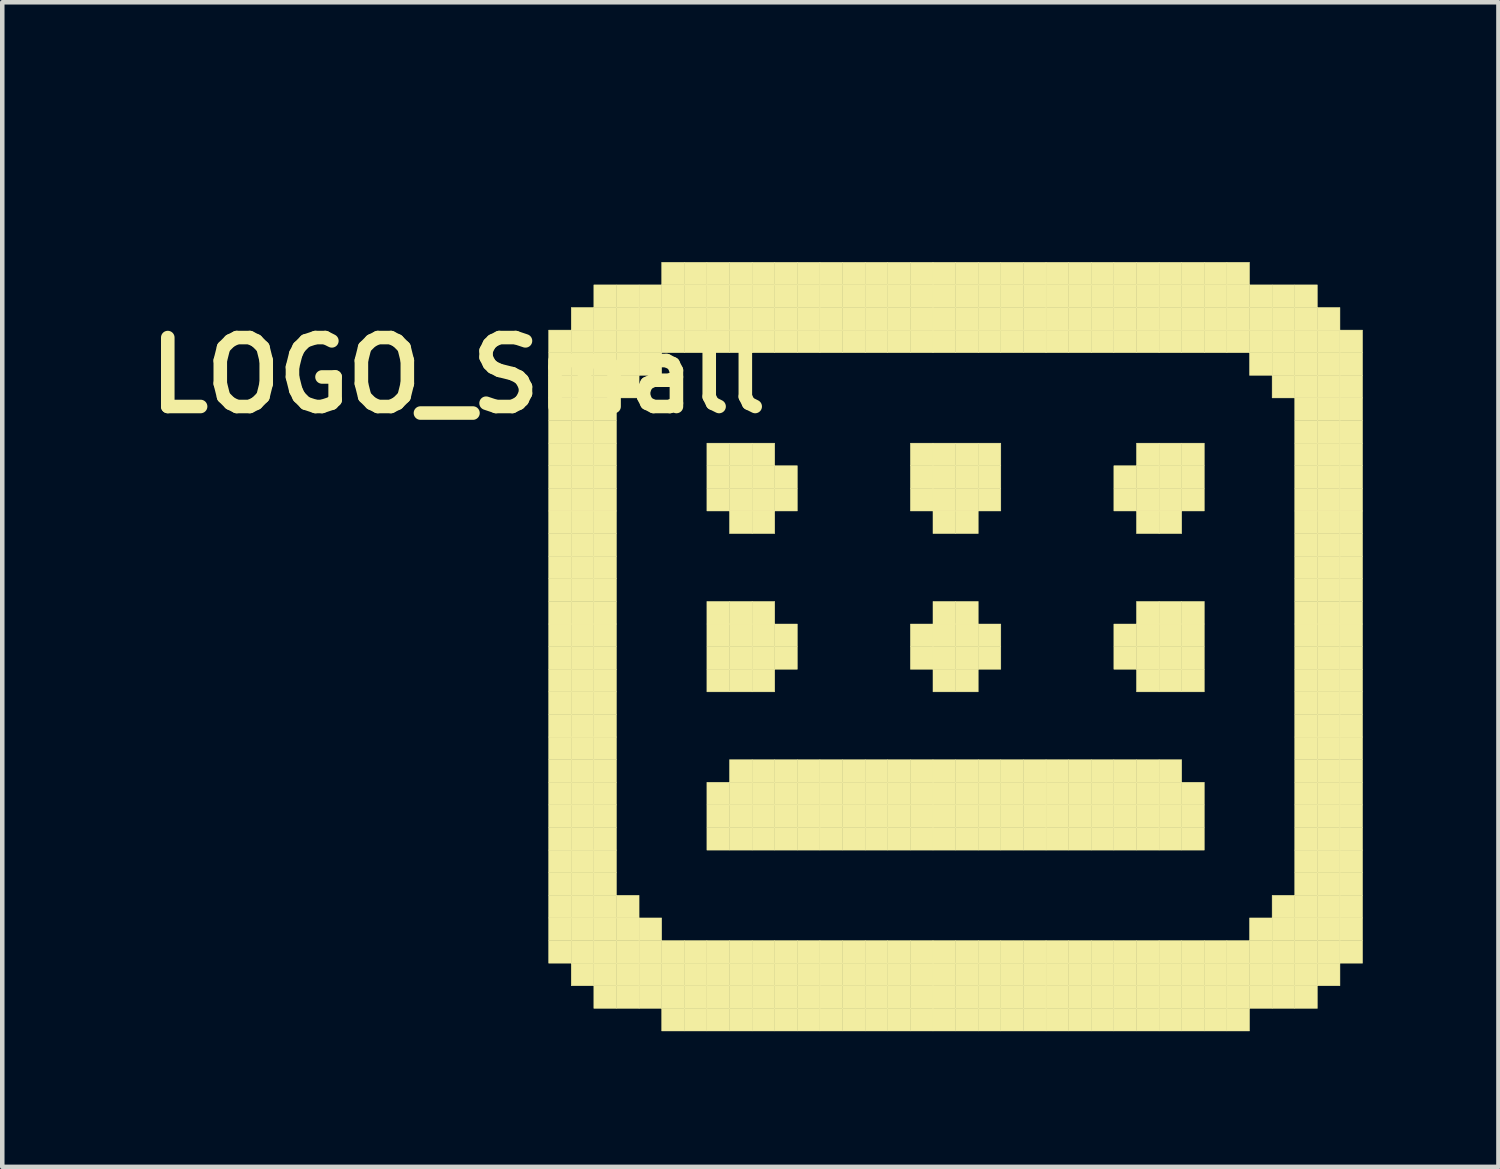
<source format=kicad_pcb>
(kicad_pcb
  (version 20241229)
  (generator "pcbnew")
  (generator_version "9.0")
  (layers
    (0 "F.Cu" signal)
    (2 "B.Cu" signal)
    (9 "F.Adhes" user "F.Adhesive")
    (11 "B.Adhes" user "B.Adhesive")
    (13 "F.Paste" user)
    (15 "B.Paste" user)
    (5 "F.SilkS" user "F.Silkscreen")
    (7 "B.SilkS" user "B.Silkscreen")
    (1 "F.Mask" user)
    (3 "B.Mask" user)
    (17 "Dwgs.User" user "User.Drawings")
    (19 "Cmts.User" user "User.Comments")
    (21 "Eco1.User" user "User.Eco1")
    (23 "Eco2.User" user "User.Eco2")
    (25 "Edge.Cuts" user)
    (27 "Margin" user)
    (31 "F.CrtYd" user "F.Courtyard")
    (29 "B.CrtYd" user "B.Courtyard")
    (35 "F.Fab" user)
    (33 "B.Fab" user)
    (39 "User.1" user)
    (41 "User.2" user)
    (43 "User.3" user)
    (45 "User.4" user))
  (footprint "LOGO_Small"
    (layer "F.Cu")
    (at 7.083 0.25)
    (property "Reference" "LOGO_Small" (at 0 5 0) (layer "F.SilkS") (effects (font (size 1.524 1.524) (thickness 0.3))))
    (attr through_hole)
    (fp_poly (pts (xy 2 4) (xy 2.5 4) (xy 2.5 4.5) (xy 2 4.5) (xy 2 4)) (stroke (width 0.01) (type solid)) (fill yes) (layer "F.SilkS"))
    (fp_poly (pts (xy 2 4.5) (xy 2.5 4.5) (xy 2.5 5) (xy 2 5) (xy 2 4.5)) (stroke (width 0.01) (type solid)) (fill yes) (layer "F.SilkS"))
    (fp_poly (pts (xy 2 5) (xy 2.5 5) (xy 2.5 5.5) (xy 2 5.5) (xy 2 5)) (stroke (width 0.01) (type solid)) (fill yes) (layer "F.SilkS"))
    (fp_poly (pts (xy 2 5.5) (xy 2.5 5.5) (xy 2.5 6) (xy 2 6) (xy 2 5.5)) (stroke (width 0.01) (type solid)) (fill yes) (layer "F.SilkS"))
    (fp_poly (pts (xy 2 6) (xy 2.5 6) (xy 2.5 6.5) (xy 2 6.5) (xy 2 6)) (stroke (width 0.01) (type solid)) (fill yes) (layer "F.SilkS"))
    (fp_poly (pts (xy 2 6.5) (xy 2.5 6.5) (xy 2.5 7) (xy 2 7) (xy 2 6.5)) (stroke (width 0.01) (type solid)) (fill yes) (layer "F.SilkS"))
    (fp_poly (pts (xy 2 7) (xy 2.5 7) (xy 2.5 7.5) (xy 2 7.5) (xy 2 7)) (stroke (width 0.01) (type solid)) (fill yes) (layer "F.SilkS"))
    (fp_poly (pts (xy 2 7.5) (xy 2.5 7.5) (xy 2.5 8) (xy 2 8) (xy 2 7.5)) (stroke (width 0.01) (type solid)) (fill yes) (layer "F.SilkS"))
    (fp_poly (pts (xy 2 8) (xy 2.5 8) (xy 2.5 8.5) (xy 2 8.5) (xy 2 8)) (stroke (width 0.01) (type solid)) (fill yes) (layer "F.SilkS"))
    (fp_poly (pts (xy 2 8.5) (xy 2.5 8.5) (xy 2.5 9) (xy 2 9) (xy 2 8.5)) (stroke (width 0.01) (type solid)) (fill yes) (layer "F.SilkS"))
    (fp_poly (pts (xy 2 9) (xy 2.5 9) (xy 2.5 9.5) (xy 2 9.5) (xy 2 9)) (stroke (width 0.01) (type solid)) (fill yes) (layer "F.SilkS"))
    (fp_poly (pts (xy 2 9.5) (xy 2.5 9.5) (xy 2.5 10) (xy 2 10) (xy 2 9.5)) (stroke (width 0.01) (type solid)) (fill yes) (layer "F.SilkS"))
    (fp_poly (pts (xy 2 10) (xy 2.5 10) (xy 2.5 10.5) (xy 2 10.5) (xy 2 10)) (stroke (width 0.01) (type solid)) (fill yes) (layer "F.SilkS"))
    (fp_poly (pts (xy 2 10.5) (xy 2.5 10.5) (xy 2.5 11) (xy 2 11) (xy 2 10.5)) (stroke (width 0.01) (type solid)) (fill yes) (layer "F.SilkS"))
    (fp_poly (pts (xy 2 11) (xy 2.5 11) (xy 2.5 11.5) (xy 2 11.5) (xy 2 11)) (stroke (width 0.01) (type solid)) (fill yes) (layer "F.SilkS"))
    (fp_poly (pts (xy 2 11.5) (xy 2.5 11.5) (xy 2.5 12) (xy 2 12) (xy 2 11.5)) (stroke (width 0.01) (type solid)) (fill yes) (layer "F.SilkS"))
    (fp_poly (pts (xy 2 12) (xy 2.5 12) (xy 2.5 12.5) (xy 2 12.5) (xy 2 12)) (stroke (width 0.01) (type solid)) (fill yes) (layer "F.SilkS"))
    (fp_poly (pts (xy 2 12.5) (xy 2.5 12.5) (xy 2.5 13) (xy 2 13) (xy 2 12.5)) (stroke (width 0.01) (type solid)) (fill yes) (layer "F.SilkS"))
    (fp_poly (pts (xy 2 13) (xy 2.5 13) (xy 2.5 13.5) (xy 2 13.5) (xy 2 13)) (stroke (width 0.01) (type solid)) (fill yes) (layer "F.SilkS"))
    (fp_poly (pts (xy 2 13.5) (xy 2.5 13.5) (xy 2.5 14) (xy 2 14) (xy 2 13.5)) (stroke (width 0.01) (type solid)) (fill yes) (layer "F.SilkS"))
    (fp_poly (pts (xy 2 14) (xy 2.5 14) (xy 2.5 14.5) (xy 2 14.5) (xy 2 14)) (stroke (width 0.01) (type solid)) (fill yes) (layer "F.SilkS"))
    (fp_poly (pts (xy 2 14.5) (xy 2.5 14.5) (xy 2.5 15) (xy 2 15) (xy 2 14.5)) (stroke (width 0.01) (type solid)) (fill yes) (layer "F.SilkS"))
    (fp_poly (pts (xy 2 15) (xy 2.5 15) (xy 2.5 15.5) (xy 2 15.5) (xy 2 15)) (stroke (width 0.01) (type solid)) (fill yes) (layer "F.SilkS"))
    (fp_poly (pts (xy 2 15.5) (xy 2.5 15.5) (xy 2.5 16) (xy 2 16) (xy 2 15.5)) (stroke (width 0.01) (type solid)) (fill yes) (layer "F.SilkS"))
    (fp_poly (pts (xy 2 16) (xy 2.5 16) (xy 2.5 16.5) (xy 2 16.5) (xy 2 16)) (stroke (width 0.01) (type solid)) (fill yes) (layer "F.SilkS"))
    (fp_poly (pts (xy 2 16.5) (xy 2.5 16.5) (xy 2.5 17) (xy 2 17) (xy 2 16.5)) (stroke (width 0.01) (type solid)) (fill yes) (layer "F.SilkS"))
    (fp_poly (pts (xy 2 17) (xy 2.5 17) (xy 2.5 17.5) (xy 2 17.5) (xy 2 17)) (stroke (width 0.01) (type solid)) (fill yes) (layer "F.SilkS"))
    (fp_poly (pts (xy 2 17.5) (xy 2.5 17.5) (xy 2.5 18) (xy 2 18) (xy 2 17.5)) (stroke (width 0.01) (type solid)) (fill yes) (layer "F.SilkS"))
    (fp_poly (pts (xy 2.5 3.5) (xy 3 3.5) (xy 3 4) (xy 2.5 4) (xy 2.5 3.5)) (stroke (width 0.01) (type solid)) (fill yes) (layer "F.SilkS"))
    (fp_poly (pts (xy 2.5 4) (xy 3 4) (xy 3 4.5) (xy 2.5 4.5) (xy 2.5 4)) (stroke (width 0.01) (type solid)) (fill yes) (layer "F.SilkS"))
    (fp_poly (pts (xy 2.5 4.5) (xy 3 4.5) (xy 3 5) (xy 2.5 5) (xy 2.5 4.5)) (stroke (width 0.01) (type solid)) (fill yes) (layer "F.SilkS"))
    (fp_poly (pts (xy 2.5 5) (xy 3 5) (xy 3 5.5) (xy 2.5 5.5) (xy 2.5 5)) (stroke (width 0.01) (type solid)) (fill yes) (layer "F.SilkS"))
    (fp_poly (pts (xy 2.5 5.5) (xy 3 5.5) (xy 3 6) (xy 2.5 6) (xy 2.5 5.5)) (stroke (width 0.01) (type solid)) (fill yes) (layer "F.SilkS"))
    (fp_poly (pts (xy 2.5 6) (xy 3 6) (xy 3 6.5) (xy 2.5 6.5) (xy 2.5 6)) (stroke (width 0.01) (type solid)) (fill yes) (layer "F.SilkS"))
    (fp_poly (pts (xy 2.5 6.5) (xy 3 6.5) (xy 3 7) (xy 2.5 7) (xy 2.5 6.5)) (stroke (width 0.01) (type solid)) (fill yes) (layer "F.SilkS"))
    (fp_poly (pts (xy 2.5 7) (xy 3 7) (xy 3 7.5) (xy 2.5 7.5) (xy 2.5 7)) (stroke (width 0.01) (type solid)) (fill yes) (layer "F.SilkS"))
    (fp_poly (pts (xy 2.5 7.5) (xy 3 7.5) (xy 3 8) (xy 2.5 8) (xy 2.5 7.5)) (stroke (width 0.01) (type solid)) (fill yes) (layer "F.SilkS"))
    (fp_poly (pts (xy 2.5 8) (xy 3 8) (xy 3 8.5) (xy 2.5 8.5) (xy 2.5 8)) (stroke (width 0.01) (type solid)) (fill yes) (layer "F.SilkS"))
    (fp_poly (pts (xy 2.5 8.5) (xy 3 8.5) (xy 3 9) (xy 2.5 9) (xy 2.5 8.5)) (stroke (width 0.01) (type solid)) (fill yes) (layer "F.SilkS"))
    (fp_poly (pts (xy 2.5 9) (xy 3 9) (xy 3 9.5) (xy 2.5 9.5) (xy 2.5 9)) (stroke (width 0.01) (type solid)) (fill yes) (layer "F.SilkS"))
    (fp_poly (pts (xy 2.5 9.5) (xy 3 9.5) (xy 3 10) (xy 2.5 10) (xy 2.5 9.5)) (stroke (width 0.01) (type solid)) (fill yes) (layer "F.SilkS"))
    (fp_poly (pts (xy 2.5 10) (xy 3 10) (xy 3 10.5) (xy 2.5 10.5) (xy 2.5 10)) (stroke (width 0.01) (type solid)) (fill yes) (layer "F.SilkS"))
    (fp_poly (pts (xy 2.5 10.5) (xy 3 10.5) (xy 3 11) (xy 2.5 11) (xy 2.5 10.5)) (stroke (width 0.01) (type solid)) (fill yes) (layer "F.SilkS"))
    (fp_poly (pts (xy 2.5 11) (xy 3 11) (xy 3 11.5) (xy 2.5 11.5) (xy 2.5 11)) (stroke (width 0.01) (type solid)) (fill yes) (layer "F.SilkS"))
    (fp_poly (pts (xy 2.5 11.5) (xy 3 11.5) (xy 3 12) (xy 2.5 12) (xy 2.5 11.5)) (stroke (width 0.01) (type solid)) (fill yes) (layer "F.SilkS"))
    (fp_poly (pts (xy 2.5 12) (xy 3 12) (xy 3 12.5) (xy 2.5 12.5) (xy 2.5 12)) (stroke (width 0.01) (type solid)) (fill yes) (layer "F.SilkS"))
    (fp_poly (pts (xy 2.5 12.5) (xy 3 12.5) (xy 3 13) (xy 2.5 13) (xy 2.5 12.5)) (stroke (width 0.01) (type solid)) (fill yes) (layer "F.SilkS"))
    (fp_poly (pts (xy 2.5 13) (xy 3 13) (xy 3 13.5) (xy 2.5 13.5) (xy 2.5 13)) (stroke (width 0.01) (type solid)) (fill yes) (layer "F.SilkS"))
    (fp_poly (pts (xy 2.5 13.5) (xy 3 13.5) (xy 3 14) (xy 2.5 14) (xy 2.5 13.5)) (stroke (width 0.01) (type solid)) (fill yes) (layer "F.SilkS"))
    (fp_poly (pts (xy 2.5 14) (xy 3 14) (xy 3 14.5) (xy 2.5 14.5) (xy 2.5 14)) (stroke (width 0.01) (type solid)) (fill yes) (layer "F.SilkS"))
    (fp_poly (pts (xy 2.5 14.5) (xy 3 14.5) (xy 3 15) (xy 2.5 15) (xy 2.5 14.5)) (stroke (width 0.01) (type solid)) (fill yes) (layer "F.SilkS"))
    (fp_poly (pts (xy 2.5 15) (xy 3 15) (xy 3 15.5) (xy 2.5 15.5) (xy 2.5 15)) (stroke (width 0.01) (type solid)) (fill yes) (layer "F.SilkS"))
    (fp_poly (pts (xy 2.5 15.5) (xy 3 15.5) (xy 3 16) (xy 2.5 16) (xy 2.5 15.5)) (stroke (width 0.01) (type solid)) (fill yes) (layer "F.SilkS"))
    (fp_poly (pts (xy 2.5 16) (xy 3 16) (xy 3 16.5) (xy 2.5 16.5) (xy 2.5 16)) (stroke (width 0.01) (type solid)) (fill yes) (layer "F.SilkS"))
    (fp_poly (pts (xy 2.5 16.5) (xy 3 16.5) (xy 3 17) (xy 2.5 17) (xy 2.5 16.5)) (stroke (width 0.01) (type solid)) (fill yes) (layer "F.SilkS"))
    (fp_poly (pts (xy 2.5 17) (xy 3 17) (xy 3 17.5) (xy 2.5 17.5) (xy 2.5 17)) (stroke (width 0.01) (type solid)) (fill yes) (layer "F.SilkS"))
    (fp_poly (pts (xy 2.5 17.5) (xy 3 17.5) (xy 3 18) (xy 2.5 18) (xy 2.5 17.5)) (stroke (width 0.01) (type solid)) (fill yes) (layer "F.SilkS"))
    (fp_poly (pts (xy 2.5 18) (xy 3 18) (xy 3 18.5) (xy 2.5 18.5) (xy 2.5 18)) (stroke (width 0.01) (type solid)) (fill yes) (layer "F.SilkS"))
    (fp_poly (pts (xy 3 3) (xy 3.5 3) (xy 3.5 3.5) (xy 3 3.5) (xy 3 3)) (stroke (width 0.01) (type solid)) (fill yes) (layer "F.SilkS"))
    (fp_poly (pts (xy 3 3.5) (xy 3.5 3.5) (xy 3.5 4) (xy 3 4) (xy 3 3.5)) (stroke (width 0.01) (type solid)) (fill yes) (layer "F.SilkS"))
    (fp_poly (pts (xy 3 4) (xy 3.5 4) (xy 3.5 4.5) (xy 3 4.5) (xy 3 4)) (stroke (width 0.01) (type solid)) (fill yes) (layer "F.SilkS"))
    (fp_poly (pts (xy 3 4.5) (xy 3.5 4.5) (xy 3.5 5) (xy 3 5) (xy 3 4.5)) (stroke (width 0.01) (type solid)) (fill yes) (layer "F.SilkS"))
    (fp_poly (pts (xy 3 5) (xy 3.5 5) (xy 3.5 5.5) (xy 3 5.5) (xy 3 5)) (stroke (width 0.01) (type solid)) (fill yes) (layer "F.SilkS"))
    (fp_poly (pts (xy 3 5.5) (xy 3.5 5.5) (xy 3.5 6) (xy 3 6) (xy 3 5.5)) (stroke (width 0.01) (type solid)) (fill yes) (layer "F.SilkS"))
    (fp_poly (pts (xy 3 6) (xy 3.5 6) (xy 3.5 6.5) (xy 3 6.5) (xy 3 6)) (stroke (width 0.01) (type solid)) (fill yes) (layer "F.SilkS"))
    (fp_poly (pts (xy 3 6.5) (xy 3.5 6.5) (xy 3.5 7) (xy 3 7) (xy 3 6.5)) (stroke (width 0.01) (type solid)) (fill yes) (layer "F.SilkS"))
    (fp_poly (pts (xy 3 7) (xy 3.5 7) (xy 3.5 7.5) (xy 3 7.5) (xy 3 7)) (stroke (width 0.01) (type solid)) (fill yes) (layer "F.SilkS"))
    (fp_poly (pts (xy 3 7.5) (xy 3.5 7.5) (xy 3.5 8) (xy 3 8) (xy 3 7.5)) (stroke (width 0.01) (type solid)) (fill yes) (layer "F.SilkS"))
    (fp_poly (pts (xy 3 8) (xy 3.5 8) (xy 3.5 8.5) (xy 3 8.5) (xy 3 8)) (stroke (width 0.01) (type solid)) (fill yes) (layer "F.SilkS"))
    (fp_poly (pts (xy 3 8.5) (xy 3.5 8.5) (xy 3.5 9) (xy 3 9) (xy 3 8.5)) (stroke (width 0.01) (type solid)) (fill yes) (layer "F.SilkS"))
    (fp_poly (pts (xy 3 9) (xy 3.5 9) (xy 3.5 9.5) (xy 3 9.5) (xy 3 9)) (stroke (width 0.01) (type solid)) (fill yes) (layer "F.SilkS"))
    (fp_poly (pts (xy 3 9.5) (xy 3.5 9.5) (xy 3.5 10) (xy 3 10) (xy 3 9.5)) (stroke (width 0.01) (type solid)) (fill yes) (layer "F.SilkS"))
    (fp_poly (pts (xy 3 10) (xy 3.5 10) (xy 3.5 10.5) (xy 3 10.5) (xy 3 10)) (stroke (width 0.01) (type solid)) (fill yes) (layer "F.SilkS"))
    (fp_poly (pts (xy 3 10.5) (xy 3.5 10.5) (xy 3.5 11) (xy 3 11) (xy 3 10.5)) (stroke (width 0.01) (type solid)) (fill yes) (layer "F.SilkS"))
    (fp_poly (pts (xy 3 11) (xy 3.5 11) (xy 3.5 11.5) (xy 3 11.5) (xy 3 11)) (stroke (width 0.01) (type solid)) (fill yes) (layer "F.SilkS"))
    (fp_poly (pts (xy 3 11.5) (xy 3.5 11.5) (xy 3.5 12) (xy 3 12) (xy 3 11.5)) (stroke (width 0.01) (type solid)) (fill yes) (layer "F.SilkS"))
    (fp_poly (pts (xy 3 12) (xy 3.5 12) (xy 3.5 12.5) (xy 3 12.5) (xy 3 12)) (stroke (width 0.01) (type solid)) (fill yes) (layer "F.SilkS"))
    (fp_poly (pts (xy 3 12.5) (xy 3.5 12.5) (xy 3.5 13) (xy 3 13) (xy 3 12.5)) (stroke (width 0.01) (type solid)) (fill yes) (layer "F.SilkS"))
    (fp_poly (pts (xy 3 13) (xy 3.5 13) (xy 3.5 13.5) (xy 3 13.5) (xy 3 13)) (stroke (width 0.01) (type solid)) (fill yes) (layer "F.SilkS"))
    (fp_poly (pts (xy 3 13.5) (xy 3.5 13.5) (xy 3.5 14) (xy 3 14) (xy 3 13.5)) (stroke (width 0.01) (type solid)) (fill yes) (layer "F.SilkS"))
    (fp_poly (pts (xy 3 14) (xy 3.5 14) (xy 3.5 14.5) (xy 3 14.5) (xy 3 14)) (stroke (width 0.01) (type solid)) (fill yes) (layer "F.SilkS"))
    (fp_poly (pts (xy 3 14.5) (xy 3.5 14.5) (xy 3.5 15) (xy 3 15) (xy 3 14.5)) (stroke (width 0.01) (type solid)) (fill yes) (layer "F.SilkS"))
    (fp_poly (pts (xy 3 15) (xy 3.5 15) (xy 3.5 15.5) (xy 3 15.5) (xy 3 15)) (stroke (width 0.01) (type solid)) (fill yes) (layer "F.SilkS"))
    (fp_poly (pts (xy 3 15.5) (xy 3.5 15.5) (xy 3.5 16) (xy 3 16) (xy 3 15.5)) (stroke (width 0.01) (type solid)) (fill yes) (layer "F.SilkS"))
    (fp_poly (pts (xy 3 16) (xy 3.5 16) (xy 3.5 16.5) (xy 3 16.5) (xy 3 16)) (stroke (width 0.01) (type solid)) (fill yes) (layer "F.SilkS"))
    (fp_poly (pts (xy 3 16.5) (xy 3.5 16.5) (xy 3.5 17) (xy 3 17) (xy 3 16.5)) (stroke (width 0.01) (type solid)) (fill yes) (layer "F.SilkS"))
    (fp_poly (pts (xy 3 17) (xy 3.5 17) (xy 3.5 17.5) (xy 3 17.5) (xy 3 17)) (stroke (width 0.01) (type solid)) (fill yes) (layer "F.SilkS"))
    (fp_poly (pts (xy 3 17.5) (xy 3.5 17.5) (xy 3.5 18) (xy 3 18) (xy 3 17.5)) (stroke (width 0.01) (type solid)) (fill yes) (layer "F.SilkS"))
    (fp_poly (pts (xy 3 18) (xy 3.5 18) (xy 3.5 18.5) (xy 3 18.5) (xy 3 18)) (stroke (width 0.01) (type solid)) (fill yes) (layer "F.SilkS"))
    (fp_poly (pts (xy 3 18.5) (xy 3.5 18.5) (xy 3.5 19) (xy 3 19) (xy 3 18.5)) (stroke (width 0.01) (type solid)) (fill yes) (layer "F.SilkS"))
    (fp_poly (pts (xy 3.5 3) (xy 4 3) (xy 4 3.5) (xy 3.5 3.5) (xy 3.5 3)) (stroke (width 0.01) (type solid)) (fill yes) (layer "F.SilkS"))
    (fp_poly (pts (xy 3.5 3.5) (xy 4 3.5) (xy 4 4) (xy 3.5 4) (xy 3.5 3.5)) (stroke (width 0.01) (type solid)) (fill yes) (layer "F.SilkS"))
    (fp_poly (pts (xy 3.5 4) (xy 4 4) (xy 4 4.5) (xy 3.5 4.5) (xy 3.5 4)) (stroke (width 0.01) (type solid)) (fill yes) (layer "F.SilkS"))
    (fp_poly (pts (xy 3.5 4.5) (xy 4 4.5) (xy 4 5) (xy 3.5 5) (xy 3.5 4.5)) (stroke (width 0.01) (type solid)) (fill yes) (layer "F.SilkS"))
    (fp_poly (pts (xy 3.5 5) (xy 4 5) (xy 4 5.5) (xy 3.5 5.5) (xy 3.5 5)) (stroke (width 0.01) (type solid)) (fill yes) (layer "F.SilkS"))
    (fp_poly (pts (xy 3.5 16.5) (xy 4 16.5) (xy 4 17) (xy 3.5 17) (xy 3.5 16.5)) (stroke (width 0.01) (type solid)) (fill yes) (layer "F.SilkS"))
    (fp_poly (pts (xy 3.5 17) (xy 4 17) (xy 4 17.5) (xy 3.5 17.5) (xy 3.5 17)) (stroke (width 0.01) (type solid)) (fill yes) (layer "F.SilkS"))
    (fp_poly (pts (xy 3.5 17.5) (xy 4 17.5) (xy 4 18) (xy 3.5 18) (xy 3.5 17.5)) (stroke (width 0.01) (type solid)) (fill yes) (layer "F.SilkS"))
    (fp_poly (pts (xy 3.5 18) (xy 4 18) (xy 4 18.5) (xy 3.5 18.5) (xy 3.5 18)) (stroke (width 0.01) (type solid)) (fill yes) (layer "F.SilkS"))
    (fp_poly (pts (xy 3.5 18.5) (xy 4 18.5) (xy 4 19) (xy 3.5 19) (xy 3.5 18.5)) (stroke (width 0.01) (type solid)) (fill yes) (layer "F.SilkS"))
    (fp_poly (pts (xy 4 3) (xy 4.5 3) (xy 4.5 3.5) (xy 4 3.5) (xy 4 3)) (stroke (width 0.01) (type solid)) (fill yes) (layer "F.SilkS"))
    (fp_poly (pts (xy 4 3.5) (xy 4.5 3.5) (xy 4.5 4) (xy 4 4) (xy 4 3.5)) (stroke (width 0.01) (type solid)) (fill yes) (layer "F.SilkS"))
    (fp_poly (pts (xy 4 4) (xy 4.5 4) (xy 4.5 4.5) (xy 4 4.5) (xy 4 4)) (stroke (width 0.01) (type solid)) (fill yes) (layer "F.SilkS"))
    (fp_poly (pts (xy 4 4.5) (xy 4.5 4.5) (xy 4.5 5) (xy 4 5) (xy 4 4.5)) (stroke (width 0.01) (type solid)) (fill yes) (layer "F.SilkS"))
    (fp_poly (pts (xy 4 17) (xy 4.5 17) (xy 4.5 17.5) (xy 4 17.5) (xy 4 17)) (stroke (width 0.01) (type solid)) (fill yes) (layer "F.SilkS"))
    (fp_poly (pts (xy 4 17.5) (xy 4.5 17.5) (xy 4.5 18) (xy 4 18) (xy 4 17.5)) (stroke (width 0.01) (type solid)) (fill yes) (layer "F.SilkS"))
    (fp_poly (pts (xy 4 18) (xy 4.5 18) (xy 4.5 18.5) (xy 4 18.5) (xy 4 18)) (stroke (width 0.01) (type solid)) (fill yes) (layer "F.SilkS"))
    (fp_poly (pts (xy 4 18.5) (xy 4.5 18.5) (xy 4.5 19) (xy 4 19) (xy 4 18.5)) (stroke (width 0.01) (type solid)) (fill yes) (layer "F.SilkS"))
    (fp_poly (pts (xy 4.5 2.5) (xy 5 2.5) (xy 5 3) (xy 4.5 3) (xy 4.5 2.5)) (stroke (width 0.01) (type solid)) (fill yes) (layer "F.SilkS"))
    (fp_poly (pts (xy 4.5 3) (xy 5 3) (xy 5 3.5) (xy 4.5 3.5) (xy 4.5 3)) (stroke (width 0.01) (type solid)) (fill yes) (layer "F.SilkS"))
    (fp_poly (pts (xy 4.5 3.5) (xy 5 3.5) (xy 5 4) (xy 4.5 4) (xy 4.5 3.5)) (stroke (width 0.01) (type solid)) (fill yes) (layer "F.SilkS"))
    (fp_poly (pts (xy 4.5 4) (xy 5 4) (xy 5 4.5) (xy 4.5 4.5) (xy 4.5 4)) (stroke (width 0.01) (type solid)) (fill yes) (layer "F.SilkS"))
    (fp_poly (pts (xy 4.5 17.5) (xy 5 17.5) (xy 5 18) (xy 4.5 18) (xy 4.5 17.5)) (stroke (width 0.01) (type solid)) (fill yes) (layer "F.SilkS"))
    (fp_poly (pts (xy 4.5 18) (xy 5 18) (xy 5 18.5) (xy 4.5 18.5) (xy 4.5 18)) (stroke (width 0.01) (type solid)) (fill yes) (layer "F.SilkS"))
    (fp_poly (pts (xy 4.5 18.5) (xy 5 18.5) (xy 5 19) (xy 4.5 19) (xy 4.5 18.5)) (stroke (width 0.01) (type solid)) (fill yes) (layer "F.SilkS"))
    (fp_poly (pts (xy 4.5 19) (xy 5 19) (xy 5 19.5) (xy 4.5 19.5) (xy 4.5 19)) (stroke (width 0.01) (type solid)) (fill yes) (layer "F.SilkS"))
    (fp_poly (pts (xy 5 2.5) (xy 5.5 2.5) (xy 5.5 3) (xy 5 3) (xy 5 2.5)) (stroke (width 0.01) (type solid)) (fill yes) (layer "F.SilkS"))
    (fp_poly (pts (xy 5 3) (xy 5.5 3) (xy 5.5 3.5) (xy 5 3.5) (xy 5 3)) (stroke (width 0.01) (type solid)) (fill yes) (layer "F.SilkS"))
    (fp_poly (pts (xy 5 3.5) (xy 5.5 3.5) (xy 5.5 4) (xy 5 4) (xy 5 3.5)) (stroke (width 0.01) (type solid)) (fill yes) (layer "F.SilkS"))
    (fp_poly (pts (xy 5 4) (xy 5.5 4) (xy 5.5 4.5) (xy 5 4.5) (xy 5 4)) (stroke (width 0.01) (type solid)) (fill yes) (layer "F.SilkS"))
    (fp_poly (pts (xy 5 17.5) (xy 5.5 17.5) (xy 5.5 18) (xy 5 18) (xy 5 17.5)) (stroke (width 0.01) (type solid)) (fill yes) (layer "F.SilkS"))
    (fp_poly (pts (xy 5 18) (xy 5.5 18) (xy 5.5 18.5) (xy 5 18.5) (xy 5 18)) (stroke (width 0.01) (type solid)) (fill yes) (layer "F.SilkS"))
    (fp_poly (pts (xy 5 18.5) (xy 5.5 18.5) (xy 5.5 19) (xy 5 19) (xy 5 18.5)) (stroke (width 0.01) (type solid)) (fill yes) (layer "F.SilkS"))
    (fp_poly (pts (xy 5 19) (xy 5.5 19) (xy 5.5 19.5) (xy 5 19.5) (xy 5 19)) (stroke (width 0.01) (type solid)) (fill yes) (layer "F.SilkS"))
    (fp_poly (pts (xy 5.5 2.5) (xy 6 2.5) (xy 6 3) (xy 5.5 3) (xy 5.5 2.5)) (stroke (width 0.01) (type solid)) (fill yes) (layer "F.SilkS"))
    (fp_poly (pts (xy 5.5 3) (xy 6 3) (xy 6 3.5) (xy 5.5 3.5) (xy 5.5 3)) (stroke (width 0.01) (type solid)) (fill yes) (layer "F.SilkS"))
    (fp_poly (pts (xy 5.5 3.5) (xy 6 3.5) (xy 6 4) (xy 5.5 4) (xy 5.5 3.5)) (stroke (width 0.01) (type solid)) (fill yes) (layer "F.SilkS"))
    (fp_poly (pts (xy 5.5 4) (xy 6 4) (xy 6 4.5) (xy 5.5 4.5) (xy 5.5 4)) (stroke (width 0.01) (type solid)) (fill yes) (layer "F.SilkS"))
    (fp_poly (pts (xy 5.5 6.5) (xy 6 6.5) (xy 6 7) (xy 5.5 7) (xy 5.5 6.5)) (stroke (width 0.01) (type solid)) (fill yes) (layer "F.SilkS"))
    (fp_poly (pts (xy 5.5 7) (xy 6 7) (xy 6 7.5) (xy 5.5 7.5) (xy 5.5 7)) (stroke (width 0.01) (type solid)) (fill yes) (layer "F.SilkS"))
    (fp_poly (pts (xy 5.5 7.5) (xy 6 7.5) (xy 6 8) (xy 5.5 8) (xy 5.5 7.5)) (stroke (width 0.01) (type solid)) (fill yes) (layer "F.SilkS"))
    (fp_poly (pts (xy 5.5 10) (xy 6 10) (xy 6 10.5) (xy 5.5 10.5) (xy 5.5 10)) (stroke (width 0.01) (type solid)) (fill yes) (layer "F.SilkS"))
    (fp_poly (pts (xy 5.5 10.5) (xy 6 10.5) (xy 6 11) (xy 5.5 11) (xy 5.5 10.5)) (stroke (width 0.01) (type solid)) (fill yes) (layer "F.SilkS"))
    (fp_poly (pts (xy 5.5 11) (xy 6 11) (xy 6 11.5) (xy 5.5 11.5) (xy 5.5 11)) (stroke (width 0.01) (type solid)) (fill yes) (layer "F.SilkS"))
    (fp_poly (pts (xy 5.5 11.5) (xy 6 11.5) (xy 6 12) (xy 5.5 12) (xy 5.5 11.5)) (stroke (width 0.01) (type solid)) (fill yes) (layer "F.SilkS"))
    (fp_poly (pts (xy 5.5 14) (xy 6 14) (xy 6 14.5) (xy 5.5 14.5) (xy 5.5 14)) (stroke (width 0.01) (type solid)) (fill yes) (layer "F.SilkS"))
    (fp_poly (pts (xy 5.5 14.5) (xy 6 14.5) (xy 6 15) (xy 5.5 15) (xy 5.5 14.5)) (stroke (width 0.01) (type solid)) (fill yes) (layer "F.SilkS"))
    (fp_poly (pts (xy 5.5 15) (xy 6 15) (xy 6 15.5) (xy 5.5 15.5) (xy 5.5 15)) (stroke (width 0.01) (type solid)) (fill yes) (layer "F.SilkS"))
    (fp_poly (pts (xy 5.5 17.5) (xy 6 17.5) (xy 6 18) (xy 5.5 18) (xy 5.5 17.5)) (stroke (width 0.01) (type solid)) (fill yes) (layer "F.SilkS"))
    (fp_poly (pts (xy 5.5 18) (xy 6 18) (xy 6 18.5) (xy 5.5 18.5) (xy 5.5 18)) (stroke (width 0.01) (type solid)) (fill yes) (layer "F.SilkS"))
    (fp_poly (pts (xy 5.5 18.5) (xy 6 18.5) (xy 6 19) (xy 5.5 19) (xy 5.5 18.5)) (stroke (width 0.01) (type solid)) (fill yes) (layer "F.SilkS"))
    (fp_poly (pts (xy 5.5 19) (xy 6 19) (xy 6 19.5) (xy 5.5 19.5) (xy 5.5 19)) (stroke (width 0.01) (type solid)) (fill yes) (layer "F.SilkS"))
    (fp_poly (pts (xy 6 2.5) (xy 6.5 2.5) (xy 6.5 3) (xy 6 3) (xy 6 2.5)) (stroke (width 0.01) (type solid)) (fill yes) (layer "F.SilkS"))
    (fp_poly (pts (xy 6 3) (xy 6.5 3) (xy 6.5 3.5) (xy 6 3.5) (xy 6 3)) (stroke (width 0.01) (type solid)) (fill yes) (layer "F.SilkS"))
    (fp_poly (pts (xy 6 3.5) (xy 6.5 3.5) (xy 6.5 4) (xy 6 4) (xy 6 3.5)) (stroke (width 0.01) (type solid)) (fill yes) (layer "F.SilkS"))
    (fp_poly (pts (xy 6 4) (xy 6.5 4) (xy 6.5 4.5) (xy 6 4.5) (xy 6 4)) (stroke (width 0.01) (type solid)) (fill yes) (layer "F.SilkS"))
    (fp_poly (pts (xy 6 6.5) (xy 6.5 6.5) (xy 6.5 7) (xy 6 7) (xy 6 6.5)) (stroke (width 0.01) (type solid)) (fill yes) (layer "F.SilkS"))
    (fp_poly (pts (xy 6 7) (xy 6.5 7) (xy 6.5 7.5) (xy 6 7.5) (xy 6 7)) (stroke (width 0.01) (type solid)) (fill yes) (layer "F.SilkS"))
    (fp_poly (pts (xy 6 7.5) (xy 6.5 7.5) (xy 6.5 8) (xy 6 8) (xy 6 7.5)) (stroke (width 0.01) (type solid)) (fill yes) (layer "F.SilkS"))
    (fp_poly (pts (xy 6 8) (xy 6.5 8) (xy 6.5 8.5) (xy 6 8.5) (xy 6 8)) (stroke (width 0.01) (type solid)) (fill yes) (layer "F.SilkS"))
    (fp_poly (pts (xy 6 10) (xy 6.5 10) (xy 6.5 10.5) (xy 6 10.5) (xy 6 10)) (stroke (width 0.01) (type solid)) (fill yes) (layer "F.SilkS"))
    (fp_poly (pts (xy 6 10.5) (xy 6.5 10.5) (xy 6.5 11) (xy 6 11) (xy 6 10.5)) (stroke (width 0.01) (type solid)) (fill yes) (layer "F.SilkS"))
    (fp_poly (pts (xy 6 11) (xy 6.5 11) (xy 6.5 11.5) (xy 6 11.5) (xy 6 11)) (stroke (width 0.01) (type solid)) (fill yes) (layer "F.SilkS"))
    (fp_poly (pts (xy 6 11.5) (xy 6.5 11.5) (xy 6.5 12) (xy 6 12) (xy 6 11.5)) (stroke (width 0.01) (type solid)) (fill yes) (layer "F.SilkS"))
    (fp_poly (pts (xy 6 13.5) (xy 6.5 13.5) (xy 6.5 14) (xy 6 14) (xy 6 13.5)) (stroke (width 0.01) (type solid)) (fill yes) (layer "F.SilkS"))
    (fp_poly (pts (xy 6 14) (xy 6.5 14) (xy 6.5 14.5) (xy 6 14.5) (xy 6 14)) (stroke (width 0.01) (type solid)) (fill yes) (layer "F.SilkS"))
    (fp_poly (pts (xy 6 14.5) (xy 6.5 14.5) (xy 6.5 15) (xy 6 15) (xy 6 14.5)) (stroke (width 0.01) (type solid)) (fill yes) (layer "F.SilkS"))
    (fp_poly (pts (xy 6 15) (xy 6.5 15) (xy 6.5 15.5) (xy 6 15.5) (xy 6 15)) (stroke (width 0.01) (type solid)) (fill yes) (layer "F.SilkS"))
    (fp_poly (pts (xy 6 17.5) (xy 6.5 17.5) (xy 6.5 18) (xy 6 18) (xy 6 17.5)) (stroke (width 0.01) (type solid)) (fill yes) (layer "F.SilkS"))
    (fp_poly (pts (xy 6 18) (xy 6.5 18) (xy 6.5 18.5) (xy 6 18.5) (xy 6 18)) (stroke (width 0.01) (type solid)) (fill yes) (layer "F.SilkS"))
    (fp_poly (pts (xy 6 18.5) (xy 6.5 18.5) (xy 6.5 19) (xy 6 19) (xy 6 18.5)) (stroke (width 0.01) (type solid)) (fill yes) (layer "F.SilkS"))
    (fp_poly (pts (xy 6 19) (xy 6.5 19) (xy 6.5 19.5) (xy 6 19.5) (xy 6 19)) (stroke (width 0.01) (type solid)) (fill yes) (layer "F.SilkS"))
    (fp_poly (pts (xy 6.5 2.5) (xy 7 2.5) (xy 7 3) (xy 6.5 3) (xy 6.5 2.5)) (stroke (width 0.01) (type solid)) (fill yes) (layer "F.SilkS"))
    (fp_poly (pts (xy 6.5 3) (xy 7 3) (xy 7 3.5) (xy 6.5 3.5) (xy 6.5 3)) (stroke (width 0.01) (type solid)) (fill yes) (layer "F.SilkS"))
    (fp_poly (pts (xy 6.5 3.5) (xy 7 3.5) (xy 7 4) (xy 6.5 4) (xy 6.5 3.5)) (stroke (width 0.01) (type solid)) (fill yes) (layer "F.SilkS"))
    (fp_poly (pts (xy 6.5 4) (xy 7 4) (xy 7 4.5) (xy 6.5 4.5) (xy 6.5 4)) (stroke (width 0.01) (type solid)) (fill yes) (layer "F.SilkS"))
    (fp_poly (pts (xy 6.5 6.5) (xy 7 6.5) (xy 7 7) (xy 6.5 7) (xy 6.5 6.5)) (stroke (width 0.01) (type solid)) (fill yes) (layer "F.SilkS"))
    (fp_poly (pts (xy 6.5 7) (xy 7 7) (xy 7 7.5) (xy 6.5 7.5) (xy 6.5 7)) (stroke (width 0.01) (type solid)) (fill yes) (layer "F.SilkS"))
    (fp_poly (pts (xy 6.5 7.5) (xy 7 7.5) (xy 7 8) (xy 6.5 8) (xy 6.5 7.5)) (stroke (width 0.01) (type solid)) (fill yes) (layer "F.SilkS"))
    (fp_poly (pts (xy 6.5 8) (xy 7 8) (xy 7 8.5) (xy 6.5 8.5) (xy 6.5 8)) (stroke (width 0.01) (type solid)) (fill yes) (layer "F.SilkS"))
    (fp_poly (pts (xy 6.5 10) (xy 7 10) (xy 7 10.5) (xy 6.5 10.5) (xy 6.5 10)) (stroke (width 0.01) (type solid)) (fill yes) (layer "F.SilkS"))
    (fp_poly (pts (xy 6.5 10.5) (xy 7 10.5) (xy 7 11) (xy 6.5 11) (xy 6.5 10.5)) (stroke (width 0.01) (type solid)) (fill yes) (layer "F.SilkS"))
    (fp_poly (pts (xy 6.5 11) (xy 7 11) (xy 7 11.5) (xy 6.5 11.5) (xy 6.5 11)) (stroke (width 0.01) (type solid)) (fill yes) (layer "F.SilkS"))
    (fp_poly (pts (xy 6.5 11.5) (xy 7 11.5) (xy 7 12) (xy 6.5 12) (xy 6.5 11.5)) (stroke (width 0.01) (type solid)) (fill yes) (layer "F.SilkS"))
    (fp_poly (pts (xy 6.5 13.5) (xy 7 13.5) (xy 7 14) (xy 6.5 14) (xy 6.5 13.5)) (stroke (width 0.01) (type solid)) (fill yes) (layer "F.SilkS"))
    (fp_poly (pts (xy 6.5 14) (xy 7 14) (xy 7 14.5) (xy 6.5 14.5) (xy 6.5 14)) (stroke (width 0.01) (type solid)) (fill yes) (layer "F.SilkS"))
    (fp_poly (pts (xy 6.5 14.5) (xy 7 14.5) (xy 7 15) (xy 6.5 15) (xy 6.5 14.5)) (stroke (width 0.01) (type solid)) (fill yes) (layer "F.SilkS"))
    (fp_poly (pts (xy 6.5 15) (xy 7 15) (xy 7 15.5) (xy 6.5 15.5) (xy 6.5 15)) (stroke (width 0.01) (type solid)) (fill yes) (layer "F.SilkS"))
    (fp_poly (pts (xy 6.5 17.5) (xy 7 17.5) (xy 7 18) (xy 6.5 18) (xy 6.5 17.5)) (stroke (width 0.01) (type solid)) (fill yes) (layer "F.SilkS"))
    (fp_poly (pts (xy 6.5 18) (xy 7 18) (xy 7 18.5) (xy 6.5 18.5) (xy 6.5 18)) (stroke (width 0.01) (type solid)) (fill yes) (layer "F.SilkS"))
    (fp_poly (pts (xy 6.5 18.5) (xy 7 18.5) (xy 7 19) (xy 6.5 19) (xy 6.5 18.5)) (stroke (width 0.01) (type solid)) (fill yes) (layer "F.SilkS"))
    (fp_poly (pts (xy 6.5 19) (xy 7 19) (xy 7 19.5) (xy 6.5 19.5) (xy 6.5 19)) (stroke (width 0.01) (type solid)) (fill yes) (layer "F.SilkS"))
    (fp_poly (pts (xy 7 2.5) (xy 7.5 2.5) (xy 7.5 3) (xy 7 3) (xy 7 2.5)) (stroke (width 0.01) (type solid)) (fill yes) (layer "F.SilkS"))
    (fp_poly (pts (xy 7 3) (xy 7.5 3) (xy 7.5 3.5) (xy 7 3.5) (xy 7 3)) (stroke (width 0.01) (type solid)) (fill yes) (layer "F.SilkS"))
    (fp_poly (pts (xy 7 3.5) (xy 7.5 3.5) (xy 7.5 4) (xy 7 4) (xy 7 3.5)) (stroke (width 0.01) (type solid)) (fill yes) (layer "F.SilkS"))
    (fp_poly (pts (xy 7 4) (xy 7.5 4) (xy 7.5 4.5) (xy 7 4.5) (xy 7 4)) (stroke (width 0.01) (type solid)) (fill yes) (layer "F.SilkS"))
    (fp_poly (pts (xy 7 7) (xy 7.5 7) (xy 7.5 7.5) (xy 7 7.5) (xy 7 7)) (stroke (width 0.01) (type solid)) (fill yes) (layer "F.SilkS"))
    (fp_poly (pts (xy 7 7.5) (xy 7.5 7.5) (xy 7.5 8) (xy 7 8) (xy 7 7.5)) (stroke (width 0.01) (type solid)) (fill yes) (layer "F.SilkS"))
    (fp_poly (pts (xy 7 10.5) (xy 7.5 10.5) (xy 7.5 11) (xy 7 11) (xy 7 10.5)) (stroke (width 0.01) (type solid)) (fill yes) (layer "F.SilkS"))
    (fp_poly (pts (xy 7 11) (xy 7.5 11) (xy 7.5 11.5) (xy 7 11.5) (xy 7 11)) (stroke (width 0.01) (type solid)) (fill yes) (layer "F.SilkS"))
    (fp_poly (pts (xy 7 13.5) (xy 7.5 13.5) (xy 7.5 14) (xy 7 14) (xy 7 13.5)) (stroke (width 0.01) (type solid)) (fill yes) (layer "F.SilkS"))
    (fp_poly (pts (xy 7 14) (xy 7.5 14) (xy 7.5 14.5) (xy 7 14.5) (xy 7 14)) (stroke (width 0.01) (type solid)) (fill yes) (layer "F.SilkS"))
    (fp_poly (pts (xy 7 14.5) (xy 7.5 14.5) (xy 7.5 15) (xy 7 15) (xy 7 14.5)) (stroke (width 0.01) (type solid)) (fill yes) (layer "F.SilkS"))
    (fp_poly (pts (xy 7 15) (xy 7.5 15) (xy 7.5 15.5) (xy 7 15.5) (xy 7 15)) (stroke (width 0.01) (type solid)) (fill yes) (layer "F.SilkS"))
    (fp_poly (pts (xy 7 17.5) (xy 7.5 17.5) (xy 7.5 18) (xy 7 18) (xy 7 17.5)) (stroke (width 0.01) (type solid)) (fill yes) (layer "F.SilkS"))
    (fp_poly (pts (xy 7 18) (xy 7.5 18) (xy 7.5 18.5) (xy 7 18.5) (xy 7 18)) (stroke (width 0.01) (type solid)) (fill yes) (layer "F.SilkS"))
    (fp_poly (pts (xy 7 18.5) (xy 7.5 18.5) (xy 7.5 19) (xy 7 19) (xy 7 18.5)) (stroke (width 0.01) (type solid)) (fill yes) (layer "F.SilkS"))
    (fp_poly (pts (xy 7 19) (xy 7.5 19) (xy 7.5 19.5) (xy 7 19.5) (xy 7 19)) (stroke (width 0.01) (type solid)) (fill yes) (layer "F.SilkS"))
    (fp_poly (pts (xy 7.5 2.5) (xy 8 2.5) (xy 8 3) (xy 7.5 3) (xy 7.5 2.5)) (stroke (width 0.01) (type solid)) (fill yes) (layer "F.SilkS"))
    (fp_poly (pts (xy 7.5 3) (xy 8 3) (xy 8 3.5) (xy 7.5 3.5) (xy 7.5 3)) (stroke (width 0.01) (type solid)) (fill yes) (layer "F.SilkS"))
    (fp_poly (pts (xy 7.5 3.5) (xy 8 3.5) (xy 8 4) (xy 7.5 4) (xy 7.5 3.5)) (stroke (width 0.01) (type solid)) (fill yes) (layer "F.SilkS"))
    (fp_poly (pts (xy 7.5 4) (xy 8 4) (xy 8 4.5) (xy 7.5 4.5) (xy 7.5 4)) (stroke (width 0.01) (type solid)) (fill yes) (layer "F.SilkS"))
    (fp_poly (pts (xy 7.5 13.5) (xy 8 13.5) (xy 8 14) (xy 7.5 14) (xy 7.5 13.5)) (stroke (width 0.01) (type solid)) (fill yes) (layer "F.SilkS"))
    (fp_poly (pts (xy 7.5 14) (xy 8 14) (xy 8 14.5) (xy 7.5 14.5) (xy 7.5 14)) (stroke (width 0.01) (type solid)) (fill yes) (layer "F.SilkS"))
    (fp_poly (pts (xy 7.5 14.5) (xy 8 14.5) (xy 8 15) (xy 7.5 15) (xy 7.5 14.5)) (stroke (width 0.01) (type solid)) (fill yes) (layer "F.SilkS"))
    (fp_poly (pts (xy 7.5 15) (xy 8 15) (xy 8 15.5) (xy 7.5 15.5) (xy 7.5 15)) (stroke (width 0.01) (type solid)) (fill yes) (layer "F.SilkS"))
    (fp_poly (pts (xy 7.5 17.5) (xy 8 17.5) (xy 8 18) (xy 7.5 18) (xy 7.5 17.5)) (stroke (width 0.01) (type solid)) (fill yes) (layer "F.SilkS"))
    (fp_poly (pts (xy 7.5 18) (xy 8 18) (xy 8 18.5) (xy 7.5 18.5) (xy 7.5 18)) (stroke (width 0.01) (type solid)) (fill yes) (layer "F.SilkS"))
    (fp_poly (pts (xy 7.5 18.5) (xy 8 18.5) (xy 8 19) (xy 7.5 19) (xy 7.5 18.5)) (stroke (width 0.01) (type solid)) (fill yes) (layer "F.SilkS"))
    (fp_poly (pts (xy 7.5 19) (xy 8 19) (xy 8 19.5) (xy 7.5 19.5) (xy 7.5 19)) (stroke (width 0.01) (type solid)) (fill yes) (layer "F.SilkS"))
    (fp_poly (pts (xy 8 2.5) (xy 8.5 2.5) (xy 8.5 3) (xy 8 3) (xy 8 2.5)) (stroke (width 0.01) (type solid)) (fill yes) (layer "F.SilkS"))
    (fp_poly (pts (xy 8 3) (xy 8.5 3) (xy 8.5 3.5) (xy 8 3.5) (xy 8 3)) (stroke (width 0.01) (type solid)) (fill yes) (layer "F.SilkS"))
    (fp_poly (pts (xy 8 3.5) (xy 8.5 3.5) (xy 8.5 4) (xy 8 4) (xy 8 3.5)) (stroke (width 0.01) (type solid)) (fill yes) (layer "F.SilkS"))
    (fp_poly (pts (xy 8 4) (xy 8.5 4) (xy 8.5 4.5) (xy 8 4.5) (xy 8 4)) (stroke (width 0.01) (type solid)) (fill yes) (layer "F.SilkS"))
    (fp_poly (pts (xy 8 13.5) (xy 8.5 13.5) (xy 8.5 14) (xy 8 14) (xy 8 13.5)) (stroke (width 0.01) (type solid)) (fill yes) (layer "F.SilkS"))
    (fp_poly (pts (xy 8 14) (xy 8.5 14) (xy 8.5 14.5) (xy 8 14.5) (xy 8 14)) (stroke (width 0.01) (type solid)) (fill yes) (layer "F.SilkS"))
    (fp_poly (pts (xy 8 14.5) (xy 8.5 14.5) (xy 8.5 15) (xy 8 15) (xy 8 14.5)) (stroke (width 0.01) (type solid)) (fill yes) (layer "F.SilkS"))
    (fp_poly (pts (xy 8 15) (xy 8.5 15) (xy 8.5 15.5) (xy 8 15.5) (xy 8 15)) (stroke (width 0.01) (type solid)) (fill yes) (layer "F.SilkS"))
    (fp_poly (pts (xy 8 17.5) (xy 8.5 17.5) (xy 8.5 18) (xy 8 18) (xy 8 17.5)) (stroke (width 0.01) (type solid)) (fill yes) (layer "F.SilkS"))
    (fp_poly (pts (xy 8 18) (xy 8.5 18) (xy 8.5 18.5) (xy 8 18.5) (xy 8 18)) (stroke (width 0.01) (type solid)) (fill yes) (layer "F.SilkS"))
    (fp_poly (pts (xy 8 18.5) (xy 8.5 18.5) (xy 8.5 19) (xy 8 19) (xy 8 18.5)) (stroke (width 0.01) (type solid)) (fill yes) (layer "F.SilkS"))
    (fp_poly (pts (xy 8 19) (xy 8.5 19) (xy 8.5 19.5) (xy 8 19.5) (xy 8 19)) (stroke (width 0.01) (type solid)) (fill yes) (layer "F.SilkS"))
    (fp_poly (pts (xy 8.5 2.5) (xy 9 2.5) (xy 9 3) (xy 8.5 3) (xy 8.5 2.5)) (stroke (width 0.01) (type solid)) (fill yes) (layer "F.SilkS"))
    (fp_poly (pts (xy 8.5 3) (xy 9 3) (xy 9 3.5) (xy 8.5 3.5) (xy 8.5 3)) (stroke (width 0.01) (type solid)) (fill yes) (layer "F.SilkS"))
    (fp_poly (pts (xy 8.5 3.5) (xy 9 3.5) (xy 9 4) (xy 8.5 4) (xy 8.5 3.5)) (stroke (width 0.01) (type solid)) (fill yes) (layer "F.SilkS"))
    (fp_poly (pts (xy 8.5 4) (xy 9 4) (xy 9 4.5) (xy 8.5 4.5) (xy 8.5 4)) (stroke (width 0.01) (type solid)) (fill yes) (layer "F.SilkS"))
    (fp_poly (pts (xy 8.5 13.5) (xy 9 13.5) (xy 9 14) (xy 8.5 14) (xy 8.5 13.5)) (stroke (width 0.01) (type solid)) (fill yes) (layer "F.SilkS"))
    (fp_poly (pts (xy 8.5 14) (xy 9 14) (xy 9 14.5) (xy 8.5 14.5) (xy 8.5 14)) (stroke (width 0.01) (type solid)) (fill yes) (layer "F.SilkS"))
    (fp_poly (pts (xy 8.5 14.5) (xy 9 14.5) (xy 9 15) (xy 8.5 15) (xy 8.5 14.5)) (stroke (width 0.01) (type solid)) (fill yes) (layer "F.SilkS"))
    (fp_poly (pts (xy 8.5 15) (xy 9 15) (xy 9 15.5) (xy 8.5 15.5) (xy 8.5 15)) (stroke (width 0.01) (type solid)) (fill yes) (layer "F.SilkS"))
    (fp_poly (pts (xy 8.5 17.5) (xy 9 17.5) (xy 9 18) (xy 8.5 18) (xy 8.5 17.5)) (stroke (width 0.01) (type solid)) (fill yes) (layer "F.SilkS"))
    (fp_poly (pts (xy 8.5 18) (xy 9 18) (xy 9 18.5) (xy 8.5 18.5) (xy 8.5 18)) (stroke (width 0.01) (type solid)) (fill yes) (layer "F.SilkS"))
    (fp_poly (pts (xy 8.5 18.5) (xy 9 18.5) (xy 9 19) (xy 8.5 19) (xy 8.5 18.5)) (stroke (width 0.01) (type solid)) (fill yes) (layer "F.SilkS"))
    (fp_poly (pts (xy 8.5 19) (xy 9 19) (xy 9 19.5) (xy 8.5 19.5) (xy 8.5 19)) (stroke (width 0.01) (type solid)) (fill yes) (layer "F.SilkS"))
    (fp_poly (pts (xy 9 2.5) (xy 9.5 2.5) (xy 9.5 3) (xy 9 3) (xy 9 2.5)) (stroke (width 0.01) (type solid)) (fill yes) (layer "F.SilkS"))
    (fp_poly (pts (xy 9 3) (xy 9.5 3) (xy 9.5 3.5) (xy 9 3.5) (xy 9 3)) (stroke (width 0.01) (type solid)) (fill yes) (layer "F.SilkS"))
    (fp_poly (pts (xy 9 3.5) (xy 9.5 3.5) (xy 9.5 4) (xy 9 4) (xy 9 3.5)) (stroke (width 0.01) (type solid)) (fill yes) (layer "F.SilkS"))
    (fp_poly (pts (xy 9 4) (xy 9.5 4) (xy 9.5 4.5) (xy 9 4.5) (xy 9 4)) (stroke (width 0.01) (type solid)) (fill yes) (layer "F.SilkS"))
    (fp_poly (pts (xy 9 13.5) (xy 9.5 13.5) (xy 9.5 14) (xy 9 14) (xy 9 13.5)) (stroke (width 0.01) (type solid)) (fill yes) (layer "F.SilkS"))
    (fp_poly (pts (xy 9 14) (xy 9.5 14) (xy 9.5 14.5) (xy 9 14.5) (xy 9 14)) (stroke (width 0.01) (type solid)) (fill yes) (layer "F.SilkS"))
    (fp_poly (pts (xy 9 14.5) (xy 9.5 14.5) (xy 9.5 15) (xy 9 15) (xy 9 14.5)) (stroke (width 0.01) (type solid)) (fill yes) (layer "F.SilkS"))
    (fp_poly (pts (xy 9 15) (xy 9.5 15) (xy 9.5 15.5) (xy 9 15.5) (xy 9 15)) (stroke (width 0.01) (type solid)) (fill yes) (layer "F.SilkS"))
    (fp_poly (pts (xy 9 17.5) (xy 9.5 17.5) (xy 9.5 18) (xy 9 18) (xy 9 17.5)) (stroke (width 0.01) (type solid)) (fill yes) (layer "F.SilkS"))
    (fp_poly (pts (xy 9 18) (xy 9.5 18) (xy 9.5 18.5) (xy 9 18.5) (xy 9 18)) (stroke (width 0.01) (type solid)) (fill yes) (layer "F.SilkS"))
    (fp_poly (pts (xy 9 18.5) (xy 9.5 18.5) (xy 9.5 19) (xy 9 19) (xy 9 18.5)) (stroke (width 0.01) (type solid)) (fill yes) (layer "F.SilkS"))
    (fp_poly (pts (xy 9 19) (xy 9.5 19) (xy 9.5 19.5) (xy 9 19.5) (xy 9 19)) (stroke (width 0.01) (type solid)) (fill yes) (layer "F.SilkS"))
    (fp_poly (pts (xy 9.5 2.5) (xy 10 2.5) (xy 10 3) (xy 9.5 3) (xy 9.5 2.5)) (stroke (width 0.01) (type solid)) (fill yes) (layer "F.SilkS"))
    (fp_poly (pts (xy 9.5 3) (xy 10 3) (xy 10 3.5) (xy 9.5 3.5) (xy 9.5 3)) (stroke (width 0.01) (type solid)) (fill yes) (layer "F.SilkS"))
    (fp_poly (pts (xy 9.5 3.5) (xy 10 3.5) (xy 10 4) (xy 9.5 4) (xy 9.5 3.5)) (stroke (width 0.01) (type solid)) (fill yes) (layer "F.SilkS"))
    (fp_poly (pts (xy 9.5 4) (xy 10 4) (xy 10 4.5) (xy 9.5 4.5) (xy 9.5 4)) (stroke (width 0.01) (type solid)) (fill yes) (layer "F.SilkS"))
    (fp_poly (pts (xy 9.5 13.5) (xy 10 13.5) (xy 10 14) (xy 9.5 14) (xy 9.5 13.5)) (stroke (width 0.01) (type solid)) (fill yes) (layer "F.SilkS"))
    (fp_poly (pts (xy 9.5 14) (xy 10 14) (xy 10 14.5) (xy 9.5 14.5) (xy 9.5 14)) (stroke (width 0.01) (type solid)) (fill yes) (layer "F.SilkS"))
    (fp_poly (pts (xy 9.5 14.5) (xy 10 14.5) (xy 10 15) (xy 9.5 15) (xy 9.5 14.5)) (stroke (width 0.01) (type solid)) (fill yes) (layer "F.SilkS"))
    (fp_poly (pts (xy 9.5 15) (xy 10 15) (xy 10 15.5) (xy 9.5 15.5) (xy 9.5 15)) (stroke (width 0.01) (type solid)) (fill yes) (layer "F.SilkS"))
    (fp_poly (pts (xy 9.5 17.5) (xy 10 17.5) (xy 10 18) (xy 9.5 18) (xy 9.5 17.5)) (stroke (width 0.01) (type solid)) (fill yes) (layer "F.SilkS"))
    (fp_poly (pts (xy 9.5 18) (xy 10 18) (xy 10 18.5) (xy 9.5 18.5) (xy 9.5 18)) (stroke (width 0.01) (type solid)) (fill yes) (layer "F.SilkS"))
    (fp_poly (pts (xy 9.5 18.5) (xy 10 18.5) (xy 10 19) (xy 9.5 19) (xy 9.5 18.5)) (stroke (width 0.01) (type solid)) (fill yes) (layer "F.SilkS"))
    (fp_poly (pts (xy 9.5 19) (xy 10 19) (xy 10 19.5) (xy 9.5 19.5) (xy 9.5 19)) (stroke (width 0.01) (type solid)) (fill yes) (layer "F.SilkS"))
    (fp_poly (pts (xy 10 2.5) (xy 10.5 2.5) (xy 10.5 3) (xy 10 3) (xy 10 2.5)) (stroke (width 0.01) (type solid)) (fill yes) (layer "F.SilkS"))
    (fp_poly (pts (xy 10 3) (xy 10.5 3) (xy 10.5 3.5) (xy 10 3.5) (xy 10 3)) (stroke (width 0.01) (type solid)) (fill yes) (layer "F.SilkS"))
    (fp_poly (pts (xy 10 3.5) (xy 10.5 3.5) (xy 10.5 4) (xy 10 4) (xy 10 3.5)) (stroke (width 0.01) (type solid)) (fill yes) (layer "F.SilkS"))
    (fp_poly (pts (xy 10 4) (xy 10.5 4) (xy 10.5 4.5) (xy 10 4.5) (xy 10 4)) (stroke (width 0.01) (type solid)) (fill yes) (layer "F.SilkS"))
    (fp_poly (pts (xy 10 6.5) (xy 10.5 6.5) (xy 10.5 7) (xy 10 7) (xy 10 6.5)) (stroke (width 0.01) (type solid)) (fill yes) (layer "F.SilkS"))
    (fp_poly (pts (xy 10 7) (xy 10.5 7) (xy 10.5 7.5) (xy 10 7.5) (xy 10 7)) (stroke (width 0.01) (type solid)) (fill yes) (layer "F.SilkS"))
    (fp_poly (pts (xy 10 7.5) (xy 10.5 7.5) (xy 10.5 8) (xy 10 8) (xy 10 7.5)) (stroke (width 0.01) (type solid)) (fill yes) (layer "F.SilkS"))
    (fp_poly (pts (xy 10 10.5) (xy 10.5 10.5) (xy 10.5 11) (xy 10 11) (xy 10 10.5)) (stroke (width 0.01) (type solid)) (fill yes) (layer "F.SilkS"))
    (fp_poly (pts (xy 10 11) (xy 10.5 11) (xy 10.5 11.5) (xy 10 11.5) (xy 10 11)) (stroke (width 0.01) (type solid)) (fill yes) (layer "F.SilkS"))
    (fp_poly (pts (xy 10 13.5) (xy 10.5 13.5) (xy 10.5 14) (xy 10 14) (xy 10 13.5)) (stroke (width 0.01) (type solid)) (fill yes) (layer "F.SilkS"))
    (fp_poly (pts (xy 10 14) (xy 10.5 14) (xy 10.5 14.5) (xy 10 14.5) (xy 10 14)) (stroke (width 0.01) (type solid)) (fill yes) (layer "F.SilkS"))
    (fp_poly (pts (xy 10 14.5) (xy 10.5 14.5) (xy 10.5 15) (xy 10 15) (xy 10 14.5)) (stroke (width 0.01) (type solid)) (fill yes) (layer "F.SilkS"))
    (fp_poly (pts (xy 10 15) (xy 10.5 15) (xy 10.5 15.5) (xy 10 15.5) (xy 10 15)) (stroke (width 0.01) (type solid)) (fill yes) (layer "F.SilkS"))
    (fp_poly (pts (xy 10 17.5) (xy 10.5 17.5) (xy 10.5 18) (xy 10 18) (xy 10 17.5)) (stroke (width 0.01) (type solid)) (fill yes) (layer "F.SilkS"))
    (fp_poly (pts (xy 10 18) (xy 10.5 18) (xy 10.5 18.5) (xy 10 18.5) (xy 10 18)) (stroke (width 0.01) (type solid)) (fill yes) (layer "F.SilkS"))
    (fp_poly (pts (xy 10 18.5) (xy 10.5 18.5) (xy 10.5 19) (xy 10 19) (xy 10 18.5)) (stroke (width 0.01) (type solid)) (fill yes) (layer "F.SilkS"))
    (fp_poly (pts (xy 10 19) (xy 10.5 19) (xy 10.5 19.5) (xy 10 19.5) (xy 10 19)) (stroke (width 0.01) (type solid)) (fill yes) (layer "F.SilkS"))
    (fp_poly (pts (xy 10.5 2.5) (xy 11 2.5) (xy 11 3) (xy 10.5 3) (xy 10.5 2.5)) (stroke (width 0.01) (type solid)) (fill yes) (layer "F.SilkS"))
    (fp_poly (pts (xy 10.5 3) (xy 11 3) (xy 11 3.5) (xy 10.5 3.5) (xy 10.5 3)) (stroke (width 0.01) (type solid)) (fill yes) (layer "F.SilkS"))
    (fp_poly (pts (xy 10.5 3.5) (xy 11 3.5) (xy 11 4) (xy 10.5 4) (xy 10.5 3.5)) (stroke (width 0.01) (type solid)) (fill yes) (layer "F.SilkS"))
    (fp_poly (pts (xy 10.5 4) (xy 11 4) (xy 11 4.5) (xy 10.5 4.5) (xy 10.5 4)) (stroke (width 0.01) (type solid)) (fill yes) (layer "F.SilkS"))
    (fp_poly (pts (xy 10.5 6.5) (xy 11 6.5) (xy 11 7) (xy 10.5 7) (xy 10.5 6.5)) (stroke (width 0.01) (type solid)) (fill yes) (layer "F.SilkS"))
    (fp_poly (pts (xy 10.5 7) (xy 11 7) (xy 11 7.5) (xy 10.5 7.5) (xy 10.5 7)) (stroke (width 0.01) (type solid)) (fill yes) (layer "F.SilkS"))
    (fp_poly (pts (xy 10.5 7.5) (xy 11 7.5) (xy 11 8) (xy 10.5 8) (xy 10.5 7.5)) (stroke (width 0.01) (type solid)) (fill yes) (layer "F.SilkS"))
    (fp_poly (pts (xy 10.5 8) (xy 11 8) (xy 11 8.5) (xy 10.5 8.5) (xy 10.5 8)) (stroke (width 0.01) (type solid)) (fill yes) (layer "F.SilkS"))
    (fp_poly (pts (xy 10.5 10) (xy 11 10) (xy 11 10.5) (xy 10.5 10.5) (xy 10.5 10)) (stroke (width 0.01) (type solid)) (fill yes) (layer "F.SilkS"))
    (fp_poly (pts (xy 10.5 10.5) (xy 11 10.5) (xy 11 11) (xy 10.5 11) (xy 10.5 10.5)) (stroke (width 0.01) (type solid)) (fill yes) (layer "F.SilkS"))
    (fp_poly (pts (xy 10.5 11) (xy 11 11) (xy 11 11.5) (xy 10.5 11.5) (xy 10.5 11)) (stroke (width 0.01) (type solid)) (fill yes) (layer "F.SilkS"))
    (fp_poly (pts (xy 10.5 11.5) (xy 11 11.5) (xy 11 12) (xy 10.5 12) (xy 10.5 11.5)) (stroke (width 0.01) (type solid)) (fill yes) (layer "F.SilkS"))
    (fp_poly (pts (xy 10.5 13.5) (xy 11 13.5) (xy 11 14) (xy 10.5 14) (xy 10.5 13.5)) (stroke (width 0.01) (type solid)) (fill yes) (layer "F.SilkS"))
    (fp_poly (pts (xy 10.5 14) (xy 11 14) (xy 11 14.5) (xy 10.5 14.5) (xy 10.5 14)) (stroke (width 0.01) (type solid)) (fill yes) (layer "F.SilkS"))
    (fp_poly (pts (xy 10.5 14.5) (xy 11 14.5) (xy 11 15) (xy 10.5 15) (xy 10.5 14.5)) (stroke (width 0.01) (type solid)) (fill yes) (layer "F.SilkS"))
    (fp_poly (pts (xy 10.5 15) (xy 11 15) (xy 11 15.5) (xy 10.5 15.5) (xy 10.5 15)) (stroke (width 0.01) (type solid)) (fill yes) (layer "F.SilkS"))
    (fp_poly (pts (xy 10.5 17.5) (xy 11 17.5) (xy 11 18) (xy 10.5 18) (xy 10.5 17.5)) (stroke (width 0.01) (type solid)) (fill yes) (layer "F.SilkS"))
    (fp_poly (pts (xy 10.5 18) (xy 11 18) (xy 11 18.5) (xy 10.5 18.5) (xy 10.5 18)) (stroke (width 0.01) (type solid)) (fill yes) (layer "F.SilkS"))
    (fp_poly (pts (xy 10.5 18.5) (xy 11 18.5) (xy 11 19) (xy 10.5 19) (xy 10.5 18.5)) (stroke (width 0.01) (type solid)) (fill yes) (layer "F.SilkS"))
    (fp_poly (pts (xy 10.5 19) (xy 11 19) (xy 11 19.5) (xy 10.5 19.5) (xy 10.5 19)) (stroke (width 0.01) (type solid)) (fill yes) (layer "F.SilkS"))
    (fp_poly (pts (xy 11 2.5) (xy 11.5 2.5) (xy 11.5 3) (xy 11 3) (xy 11 2.5)) (stroke (width 0.01) (type solid)) (fill yes) (layer "F.SilkS"))
    (fp_poly (pts (xy 11 3) (xy 11.5 3) (xy 11.5 3.5) (xy 11 3.5) (xy 11 3)) (stroke (width 0.01) (type solid)) (fill yes) (layer "F.SilkS"))
    (fp_poly (pts (xy 11 3.5) (xy 11.5 3.5) (xy 11.5 4) (xy 11 4) (xy 11 3.5)) (stroke (width 0.01) (type solid)) (fill yes) (layer "F.SilkS"))
    (fp_poly (pts (xy 11 4) (xy 11.5 4) (xy 11.5 4.5) (xy 11 4.5) (xy 11 4)) (stroke (width 0.01) (type solid)) (fill yes) (layer "F.SilkS"))
    (fp_poly (pts (xy 11 6.5) (xy 11.5 6.5) (xy 11.5 7) (xy 11 7) (xy 11 6.5)) (stroke (width 0.01) (type solid)) (fill yes) (layer "F.SilkS"))
    (fp_poly (pts (xy 11 7) (xy 11.5 7) (xy 11.5 7.5) (xy 11 7.5) (xy 11 7)) (stroke (width 0.01) (type solid)) (fill yes) (layer "F.SilkS"))
    (fp_poly (pts (xy 11 7.5) (xy 11.5 7.5) (xy 11.5 8) (xy 11 8) (xy 11 7.5)) (stroke (width 0.01) (type solid)) (fill yes) (layer "F.SilkS"))
    (fp_poly (pts (xy 11 8) (xy 11.5 8) (xy 11.5 8.5) (xy 11 8.5) (xy 11 8)) (stroke (width 0.01) (type solid)) (fill yes) (layer "F.SilkS"))
    (fp_poly (pts (xy 11 10) (xy 11.5 10) (xy 11.5 10.5) (xy 11 10.5) (xy 11 10)) (stroke (width 0.01) (type solid)) (fill yes) (layer "F.SilkS"))
    (fp_poly (pts (xy 11 10.5) (xy 11.5 10.5) (xy 11.5 11) (xy 11 11) (xy 11 10.5)) (stroke (width 0.01) (type solid)) (fill yes) (layer "F.SilkS"))
    (fp_poly (pts (xy 11 11) (xy 11.5 11) (xy 11.5 11.5) (xy 11 11.5) (xy 11 11)) (stroke (width 0.01) (type solid)) (fill yes) (layer "F.SilkS"))
    (fp_poly (pts (xy 11 11.5) (xy 11.5 11.5) (xy 11.5 12) (xy 11 12) (xy 11 11.5)) (stroke (width 0.01) (type solid)) (fill yes) (layer "F.SilkS"))
    (fp_poly (pts (xy 11 13.5) (xy 11.5 13.5) (xy 11.5 14) (xy 11 14) (xy 11 13.5)) (stroke (width 0.01) (type solid)) (fill yes) (layer "F.SilkS"))
    (fp_poly (pts (xy 11 14) (xy 11.5 14) (xy 11.5 14.5) (xy 11 14.5) (xy 11 14)) (stroke (width 0.01) (type solid)) (fill yes) (layer "F.SilkS"))
    (fp_poly (pts (xy 11 14.5) (xy 11.5 14.5) (xy 11.5 15) (xy 11 15) (xy 11 14.5)) (stroke (width 0.01) (type solid)) (fill yes) (layer "F.SilkS"))
    (fp_poly (pts (xy 11 15) (xy 11.5 15) (xy 11.5 15.5) (xy 11 15.5) (xy 11 15)) (stroke (width 0.01) (type solid)) (fill yes) (layer "F.SilkS"))
    (fp_poly (pts (xy 11 17.5) (xy 11.5 17.5) (xy 11.5 18) (xy 11 18) (xy 11 17.5)) (stroke (width 0.01) (type solid)) (fill yes) (layer "F.SilkS"))
    (fp_poly (pts (xy 11 18) (xy 11.5 18) (xy 11.5 18.5) (xy 11 18.5) (xy 11 18)) (stroke (width 0.01) (type solid)) (fill yes) (layer "F.SilkS"))
    (fp_poly (pts (xy 11 18.5) (xy 11.5 18.5) (xy 11.5 19) (xy 11 19) (xy 11 18.5)) (stroke (width 0.01) (type solid)) (fill yes) (layer "F.SilkS"))
    (fp_poly (pts (xy 11 19) (xy 11.5 19) (xy 11.5 19.5) (xy 11 19.5) (xy 11 19)) (stroke (width 0.01) (type solid)) (fill yes) (layer "F.SilkS"))
    (fp_poly (pts (xy 11.5 2.5) (xy 12 2.5) (xy 12 3) (xy 11.5 3) (xy 11.5 2.5)) (stroke (width 0.01) (type solid)) (fill yes) (layer "F.SilkS"))
    (fp_poly (pts (xy 11.5 3) (xy 12 3) (xy 12 3.5) (xy 11.5 3.5) (xy 11.5 3)) (stroke (width 0.01) (type solid)) (fill yes) (layer "F.SilkS"))
    (fp_poly (pts (xy 11.5 3.5) (xy 12 3.5) (xy 12 4) (xy 11.5 4) (xy 11.5 3.5)) (stroke (width 0.01) (type solid)) (fill yes) (layer "F.SilkS"))
    (fp_poly (pts (xy 11.5 4) (xy 12 4) (xy 12 4.5) (xy 11.5 4.5) (xy 11.5 4)) (stroke (width 0.01) (type solid)) (fill yes) (layer "F.SilkS"))
    (fp_poly (pts (xy 11.5 6.5) (xy 12 6.5) (xy 12 7) (xy 11.5 7) (xy 11.5 6.5)) (stroke (width 0.01) (type solid)) (fill yes) (layer "F.SilkS"))
    (fp_poly (pts (xy 11.5 7) (xy 12 7) (xy 12 7.5) (xy 11.5 7.5) (xy 11.5 7)) (stroke (width 0.01) (type solid)) (fill yes) (layer "F.SilkS"))
    (fp_poly (pts (xy 11.5 7.5) (xy 12 7.5) (xy 12 8) (xy 11.5 8) (xy 11.5 7.5)) (stroke (width 0.01) (type solid)) (fill yes) (layer "F.SilkS"))
    (fp_poly (pts (xy 11.5 10.5) (xy 12 10.5) (xy 12 11) (xy 11.5 11) (xy 11.5 10.5)) (stroke (width 0.01) (type solid)) (fill yes) (layer "F.SilkS"))
    (fp_poly (pts (xy 11.5 11) (xy 12 11) (xy 12 11.5) (xy 11.5 11.5) (xy 11.5 11)) (stroke (width 0.01) (type solid)) (fill yes) (layer "F.SilkS"))
    (fp_poly (pts (xy 11.5 13.5) (xy 12 13.5) (xy 12 14) (xy 11.5 14) (xy 11.5 13.5)) (stroke (width 0.01) (type solid)) (fill yes) (layer "F.SilkS"))
    (fp_poly (pts (xy 11.5 14) (xy 12 14) (xy 12 14.5) (xy 11.5 14.5) (xy 11.5 14)) (stroke (width 0.01) (type solid)) (fill yes) (layer "F.SilkS"))
    (fp_poly (pts (xy 11.5 14.5) (xy 12 14.5) (xy 12 15) (xy 11.5 15) (xy 11.5 14.5)) (stroke (width 0.01) (type solid)) (fill yes) (layer "F.SilkS"))
    (fp_poly (pts (xy 11.5 15) (xy 12 15) (xy 12 15.5) (xy 11.5 15.5) (xy 11.5 15)) (stroke (width 0.01) (type solid)) (fill yes) (layer "F.SilkS"))
    (fp_poly (pts (xy 11.5 17.5) (xy 12 17.5) (xy 12 18) (xy 11.5 18) (xy 11.5 17.5)) (stroke (width 0.01) (type solid)) (fill yes) (layer "F.SilkS"))
    (fp_poly (pts (xy 11.5 18) (xy 12 18) (xy 12 18.5) (xy 11.5 18.5) (xy 11.5 18)) (stroke (width 0.01) (type solid)) (fill yes) (layer "F.SilkS"))
    (fp_poly (pts (xy 11.5 18.5) (xy 12 18.5) (xy 12 19) (xy 11.5 19) (xy 11.5 18.5)) (stroke (width 0.01) (type solid)) (fill yes) (layer "F.SilkS"))
    (fp_poly (pts (xy 11.5 19) (xy 12 19) (xy 12 19.5) (xy 11.5 19.5) (xy 11.5 19)) (stroke (width 0.01) (type solid)) (fill yes) (layer "F.SilkS"))
    (fp_poly (pts (xy 12 2.5) (xy 12.5 2.5) (xy 12.5 3) (xy 12 3) (xy 12 2.5)) (stroke (width 0.01) (type solid)) (fill yes) (layer "F.SilkS"))
    (fp_poly (pts (xy 12 3) (xy 12.5 3) (xy 12.5 3.5) (xy 12 3.5) (xy 12 3)) (stroke (width 0.01) (type solid)) (fill yes) (layer "F.SilkS"))
    (fp_poly (pts (xy 12 3.5) (xy 12.5 3.5) (xy 12.5 4) (xy 12 4) (xy 12 3.5)) (stroke (width 0.01) (type solid)) (fill yes) (layer "F.SilkS"))
    (fp_poly (pts (xy 12 4) (xy 12.5 4) (xy 12.5 4.5) (xy 12 4.5) (xy 12 4)) (stroke (width 0.01) (type solid)) (fill yes) (layer "F.SilkS"))
    (fp_poly (pts (xy 12 13.5) (xy 12.5 13.5) (xy 12.5 14) (xy 12 14) (xy 12 13.5)) (stroke (width 0.01) (type solid)) (fill yes) (layer "F.SilkS"))
    (fp_poly (pts (xy 12 14) (xy 12.5 14) (xy 12.5 14.5) (xy 12 14.5) (xy 12 14)) (stroke (width 0.01) (type solid)) (fill yes) (layer "F.SilkS"))
    (fp_poly (pts (xy 12 14.5) (xy 12.5 14.5) (xy 12.5 15) (xy 12 15) (xy 12 14.5)) (stroke (width 0.01) (type solid)) (fill yes) (layer "F.SilkS"))
    (fp_poly (pts (xy 12 15) (xy 12.5 15) (xy 12.5 15.5) (xy 12 15.5) (xy 12 15)) (stroke (width 0.01) (type solid)) (fill yes) (layer "F.SilkS"))
    (fp_poly (pts (xy 12 17.5) (xy 12.5 17.5) (xy 12.5 18) (xy 12 18) (xy 12 17.5)) (stroke (width 0.01) (type solid)) (fill yes) (layer "F.SilkS"))
    (fp_poly (pts (xy 12 18) (xy 12.5 18) (xy 12.5 18.5) (xy 12 18.5) (xy 12 18)) (stroke (width 0.01) (type solid)) (fill yes) (layer "F.SilkS"))
    (fp_poly (pts (xy 12 18.5) (xy 12.5 18.5) (xy 12.5 19) (xy 12 19) (xy 12 18.5)) (stroke (width 0.01) (type solid)) (fill yes) (layer "F.SilkS"))
    (fp_poly (pts (xy 12 19) (xy 12.5 19) (xy 12.5 19.5) (xy 12 19.5) (xy 12 19)) (stroke (width 0.01) (type solid)) (fill yes) (layer "F.SilkS"))
    (fp_poly (pts (xy 12.5 2.5) (xy 13 2.5) (xy 13 3) (xy 12.5 3) (xy 12.5 2.5)) (stroke (width 0.01) (type solid)) (fill yes) (layer "F.SilkS"))
    (fp_poly (pts (xy 12.5 3) (xy 13 3) (xy 13 3.5) (xy 12.5 3.5) (xy 12.5 3)) (stroke (width 0.01) (type solid)) (fill yes) (layer "F.SilkS"))
    (fp_poly (pts (xy 12.5 3.5) (xy 13 3.5) (xy 13 4) (xy 12.5 4) (xy 12.5 3.5)) (stroke (width 0.01) (type solid)) (fill yes) (layer "F.SilkS"))
    (fp_poly (pts (xy 12.5 4) (xy 13 4) (xy 13 4.5) (xy 12.5 4.5) (xy 12.5 4)) (stroke (width 0.01) (type solid)) (fill yes) (layer "F.SilkS"))
    (fp_poly (pts (xy 12.5 13.5) (xy 13 13.5) (xy 13 14) (xy 12.5 14) (xy 12.5 13.5)) (stroke (width 0.01) (type solid)) (fill yes) (layer "F.SilkS"))
    (fp_poly (pts (xy 12.5 14) (xy 13 14) (xy 13 14.5) (xy 12.5 14.5) (xy 12.5 14)) (stroke (width 0.01) (type solid)) (fill yes) (layer "F.SilkS"))
    (fp_poly (pts (xy 12.5 14.5) (xy 13 14.5) (xy 13 15) (xy 12.5 15) (xy 12.5 14.5)) (stroke (width 0.01) (type solid)) (fill yes) (layer "F.SilkS"))
    (fp_poly (pts (xy 12.5 15) (xy 13 15) (xy 13 15.5) (xy 12.5 15.5) (xy 12.5 15)) (stroke (width 0.01) (type solid)) (fill yes) (layer "F.SilkS"))
    (fp_poly (pts (xy 12.5 17.5) (xy 13 17.5) (xy 13 18) (xy 12.5 18) (xy 12.5 17.5)) (stroke (width 0.01) (type solid)) (fill yes) (layer "F.SilkS"))
    (fp_poly (pts (xy 12.5 18) (xy 13 18) (xy 13 18.5) (xy 12.5 18.5) (xy 12.5 18)) (stroke (width 0.01) (type solid)) (fill yes) (layer "F.SilkS"))
    (fp_poly (pts (xy 12.5 18.5) (xy 13 18.5) (xy 13 19) (xy 12.5 19) (xy 12.5 18.5)) (stroke (width 0.01) (type solid)) (fill yes) (layer "F.SilkS"))
    (fp_poly (pts (xy 12.5 19) (xy 13 19) (xy 13 19.5) (xy 12.5 19.5) (xy 12.5 19)) (stroke (width 0.01) (type solid)) (fill yes) (layer "F.SilkS"))
    (fp_poly (pts (xy 13 2.5) (xy 13.5 2.5) (xy 13.5 3) (xy 13 3) (xy 13 2.5)) (stroke (width 0.01) (type solid)) (fill yes) (layer "F.SilkS"))
    (fp_poly (pts (xy 13 3) (xy 13.5 3) (xy 13.5 3.5) (xy 13 3.5) (xy 13 3)) (stroke (width 0.01) (type solid)) (fill yes) (layer "F.SilkS"))
    (fp_poly (pts (xy 13 3.5) (xy 13.5 3.5) (xy 13.5 4) (xy 13 4) (xy 13 3.5)) (stroke (width 0.01) (type solid)) (fill yes) (layer "F.SilkS"))
    (fp_poly (pts (xy 13 4) (xy 13.5 4) (xy 13.5 4.5) (xy 13 4.5) (xy 13 4)) (stroke (width 0.01) (type solid)) (fill yes) (layer "F.SilkS"))
    (fp_poly (pts (xy 13 13.5) (xy 13.5 13.5) (xy 13.5 14) (xy 13 14) (xy 13 13.5)) (stroke (width 0.01) (type solid)) (fill yes) (layer "F.SilkS"))
    (fp_poly (pts (xy 13 14) (xy 13.5 14) (xy 13.5 14.5) (xy 13 14.5) (xy 13 14)) (stroke (width 0.01) (type solid)) (fill yes) (layer "F.SilkS"))
    (fp_poly (pts (xy 13 14.5) (xy 13.5 14.5) (xy 13.5 15) (xy 13 15) (xy 13 14.5)) (stroke (width 0.01) (type solid)) (fill yes) (layer "F.SilkS"))
    (fp_poly (pts (xy 13 15) (xy 13.5 15) (xy 13.5 15.5) (xy 13 15.5) (xy 13 15)) (stroke (width 0.01) (type solid)) (fill yes) (layer "F.SilkS"))
    (fp_poly (pts (xy 13 17.5) (xy 13.5 17.5) (xy 13.5 18) (xy 13 18) (xy 13 17.5)) (stroke (width 0.01) (type solid)) (fill yes) (layer "F.SilkS"))
    (fp_poly (pts (xy 13 18) (xy 13.5 18) (xy 13.5 18.5) (xy 13 18.5) (xy 13 18)) (stroke (width 0.01) (type solid)) (fill yes) (layer "F.SilkS"))
    (fp_poly (pts (xy 13 18.5) (xy 13.5 18.5) (xy 13.5 19) (xy 13 19) (xy 13 18.5)) (stroke (width 0.01) (type solid)) (fill yes) (layer "F.SilkS"))
    (fp_poly (pts (xy 13 19) (xy 13.5 19) (xy 13.5 19.5) (xy 13 19.5) (xy 13 19)) (stroke (width 0.01) (type solid)) (fill yes) (layer "F.SilkS"))
    (fp_poly (pts (xy 13.5 2.5) (xy 14 2.5) (xy 14 3) (xy 13.5 3) (xy 13.5 2.5)) (stroke (width 0.01) (type solid)) (fill yes) (layer "F.SilkS"))
    (fp_poly (pts (xy 13.5 3) (xy 14 3) (xy 14 3.5) (xy 13.5 3.5) (xy 13.5 3)) (stroke (width 0.01) (type solid)) (fill yes) (layer "F.SilkS"))
    (fp_poly (pts (xy 13.5 3.5) (xy 14 3.5) (xy 14 4) (xy 13.5 4) (xy 13.5 3.5)) (stroke (width 0.01) (type solid)) (fill yes) (layer "F.SilkS"))
    (fp_poly (pts (xy 13.5 4) (xy 14 4) (xy 14 4.5) (xy 13.5 4.5) (xy 13.5 4)) (stroke (width 0.01) (type solid)) (fill yes) (layer "F.SilkS"))
    (fp_poly (pts (xy 13.5 13.5) (xy 14 13.5) (xy 14 14) (xy 13.5 14) (xy 13.5 13.5)) (stroke (width 0.01) (type solid)) (fill yes) (layer "F.SilkS"))
    (fp_poly (pts (xy 13.5 14) (xy 14 14) (xy 14 14.5) (xy 13.5 14.5) (xy 13.5 14)) (stroke (width 0.01) (type solid)) (fill yes) (layer "F.SilkS"))
    (fp_poly (pts (xy 13.5 14.5) (xy 14 14.5) (xy 14 15) (xy 13.5 15) (xy 13.5 14.5)) (stroke (width 0.01) (type solid)) (fill yes) (layer "F.SilkS"))
    (fp_poly (pts (xy 13.5 15) (xy 14 15) (xy 14 15.5) (xy 13.5 15.5) (xy 13.5 15)) (stroke (width 0.01) (type solid)) (fill yes) (layer "F.SilkS"))
    (fp_poly (pts (xy 13.5 17.5) (xy 14 17.5) (xy 14 18) (xy 13.5 18) (xy 13.5 17.5)) (stroke (width 0.01) (type solid)) (fill yes) (layer "F.SilkS"))
    (fp_poly (pts (xy 13.5 18) (xy 14 18) (xy 14 18.5) (xy 13.5 18.5) (xy 13.5 18)) (stroke (width 0.01) (type solid)) (fill yes) (layer "F.SilkS"))
    (fp_poly (pts (xy 13.5 18.5) (xy 14 18.5) (xy 14 19) (xy 13.5 19) (xy 13.5 18.5)) (stroke (width 0.01) (type solid)) (fill yes) (layer "F.SilkS"))
    (fp_poly (pts (xy 13.5 19) (xy 14 19) (xy 14 19.5) (xy 13.5 19.5) (xy 13.5 19)) (stroke (width 0.01) (type solid)) (fill yes) (layer "F.SilkS"))
    (fp_poly (pts (xy 14 2.5) (xy 14.5 2.5) (xy 14.5 3) (xy 14 3) (xy 14 2.5)) (stroke (width 0.01) (type solid)) (fill yes) (layer "F.SilkS"))
    (fp_poly (pts (xy 14 3) (xy 14.5 3) (xy 14.5 3.5) (xy 14 3.5) (xy 14 3)) (stroke (width 0.01) (type solid)) (fill yes) (layer "F.SilkS"))
    (fp_poly (pts (xy 14 3.5) (xy 14.5 3.5) (xy 14.5 4) (xy 14 4) (xy 14 3.5)) (stroke (width 0.01) (type solid)) (fill yes) (layer "F.SilkS"))
    (fp_poly (pts (xy 14 4) (xy 14.5 4) (xy 14.5 4.5) (xy 14 4.5) (xy 14 4)) (stroke (width 0.01) (type solid)) (fill yes) (layer "F.SilkS"))
    (fp_poly (pts (xy 14 13.5) (xy 14.5 13.5) (xy 14.5 14) (xy 14 14) (xy 14 13.5)) (stroke (width 0.01) (type solid)) (fill yes) (layer "F.SilkS"))
    (fp_poly (pts (xy 14 14) (xy 14.5 14) (xy 14.5 14.5) (xy 14 14.5) (xy 14 14)) (stroke (width 0.01) (type solid)) (fill yes) (layer "F.SilkS"))
    (fp_poly (pts (xy 14 14.5) (xy 14.5 14.5) (xy 14.5 15) (xy 14 15) (xy 14 14.5)) (stroke (width 0.01) (type solid)) (fill yes) (layer "F.SilkS"))
    (fp_poly (pts (xy 14 15) (xy 14.5 15) (xy 14.5 15.5) (xy 14 15.5) (xy 14 15)) (stroke (width 0.01) (type solid)) (fill yes) (layer "F.SilkS"))
    (fp_poly (pts (xy 14 17.5) (xy 14.5 17.5) (xy 14.5 18) (xy 14 18) (xy 14 17.5)) (stroke (width 0.01) (type solid)) (fill yes) (layer "F.SilkS"))
    (fp_poly (pts (xy 14 18) (xy 14.5 18) (xy 14.5 18.5) (xy 14 18.5) (xy 14 18)) (stroke (width 0.01) (type solid)) (fill yes) (layer "F.SilkS"))
    (fp_poly (pts (xy 14 18.5) (xy 14.5 18.5) (xy 14.5 19) (xy 14 19) (xy 14 18.5)) (stroke (width 0.01) (type solid)) (fill yes) (layer "F.SilkS"))
    (fp_poly (pts (xy 14 19) (xy 14.5 19) (xy 14.5 19.5) (xy 14 19.5) (xy 14 19)) (stroke (width 0.01) (type solid)) (fill yes) (layer "F.SilkS"))
    (fp_poly (pts (xy 14.5 2.5) (xy 15 2.5) (xy 15 3) (xy 14.5 3) (xy 14.5 2.5)) (stroke (width 0.01) (type solid)) (fill yes) (layer "F.SilkS"))
    (fp_poly (pts (xy 14.5 3) (xy 15 3) (xy 15 3.5) (xy 14.5 3.5) (xy 14.5 3)) (stroke (width 0.01) (type solid)) (fill yes) (layer "F.SilkS"))
    (fp_poly (pts (xy 14.5 3.5) (xy 15 3.5) (xy 15 4) (xy 14.5 4) (xy 14.5 3.5)) (stroke (width 0.01) (type solid)) (fill yes) (layer "F.SilkS"))
    (fp_poly (pts (xy 14.5 4) (xy 15 4) (xy 15 4.5) (xy 14.5 4.5) (xy 14.5 4)) (stroke (width 0.01) (type solid)) (fill yes) (layer "F.SilkS"))
    (fp_poly (pts (xy 14.5 7) (xy 15 7) (xy 15 7.5) (xy 14.5 7.5) (xy 14.5 7)) (stroke (width 0.01) (type solid)) (fill yes) (layer "F.SilkS"))
    (fp_poly (pts (xy 14.5 7.5) (xy 15 7.5) (xy 15 8) (xy 14.5 8) (xy 14.5 7.5)) (stroke (width 0.01) (type solid)) (fill yes) (layer "F.SilkS"))
    (fp_poly (pts (xy 14.5 10.5) (xy 15 10.5) (xy 15 11) (xy 14.5 11) (xy 14.5 10.5)) (stroke (width 0.01) (type solid)) (fill yes) (layer "F.SilkS"))
    (fp_poly (pts (xy 14.5 11) (xy 15 11) (xy 15 11.5) (xy 14.5 11.5) (xy 14.5 11)) (stroke (width 0.01) (type solid)) (fill yes) (layer "F.SilkS"))
    (fp_poly (pts (xy 14.5 13.5) (xy 15 13.5) (xy 15 14) (xy 14.5 14) (xy 14.5 13.5)) (stroke (width 0.01) (type solid)) (fill yes) (layer "F.SilkS"))
    (fp_poly (pts (xy 14.5 14) (xy 15 14) (xy 15 14.5) (xy 14.5 14.5) (xy 14.5 14)) (stroke (width 0.01) (type solid)) (fill yes) (layer "F.SilkS"))
    (fp_poly (pts (xy 14.5 14.5) (xy 15 14.5) (xy 15 15) (xy 14.5 15) (xy 14.5 14.5)) (stroke (width 0.01) (type solid)) (fill yes) (layer "F.SilkS"))
    (fp_poly (pts (xy 14.5 15) (xy 15 15) (xy 15 15.5) (xy 14.5 15.5) (xy 14.5 15)) (stroke (width 0.01) (type solid)) (fill yes) (layer "F.SilkS"))
    (fp_poly (pts (xy 14.5 17.5) (xy 15 17.5) (xy 15 18) (xy 14.5 18) (xy 14.5 17.5)) (stroke (width 0.01) (type solid)) (fill yes) (layer "F.SilkS"))
    (fp_poly (pts (xy 14.5 18) (xy 15 18) (xy 15 18.5) (xy 14.5 18.5) (xy 14.5 18)) (stroke (width 0.01) (type solid)) (fill yes) (layer "F.SilkS"))
    (fp_poly (pts (xy 14.5 18.5) (xy 15 18.5) (xy 15 19) (xy 14.5 19) (xy 14.5 18.5)) (stroke (width 0.01) (type solid)) (fill yes) (layer "F.SilkS"))
    (fp_poly (pts (xy 14.5 19) (xy 15 19) (xy 15 19.5) (xy 14.5 19.5) (xy 14.5 19)) (stroke (width 0.01) (type solid)) (fill yes) (layer "F.SilkS"))
    (fp_poly (pts (xy 15 2.5) (xy 15.5 2.5) (xy 15.5 3) (xy 15 3) (xy 15 2.5)) (stroke (width 0.01) (type solid)) (fill yes) (layer "F.SilkS"))
    (fp_poly (pts (xy 15 3) (xy 15.5 3) (xy 15.5 3.5) (xy 15 3.5) (xy 15 3)) (stroke (width 0.01) (type solid)) (fill yes) (layer "F.SilkS"))
    (fp_poly (pts (xy 15 3.5) (xy 15.5 3.5) (xy 15.5 4) (xy 15 4) (xy 15 3.5)) (stroke (width 0.01) (type solid)) (fill yes) (layer "F.SilkS"))
    (fp_poly (pts (xy 15 4) (xy 15.5 4) (xy 15.5 4.5) (xy 15 4.5) (xy 15 4)) (stroke (width 0.01) (type solid)) (fill yes) (layer "F.SilkS"))
    (fp_poly (pts (xy 15 6.5) (xy 15.5 6.5) (xy 15.5 7) (xy 15 7) (xy 15 6.5)) (stroke (width 0.01) (type solid)) (fill yes) (layer "F.SilkS"))
    (fp_poly (pts (xy 15 7) (xy 15.5 7) (xy 15.5 7.5) (xy 15 7.5) (xy 15 7)) (stroke (width 0.01) (type solid)) (fill yes) (layer "F.SilkS"))
    (fp_poly (pts (xy 15 7.5) (xy 15.5 7.5) (xy 15.5 8) (xy 15 8) (xy 15 7.5)) (stroke (width 0.01) (type solid)) (fill yes) (layer "F.SilkS"))
    (fp_poly (pts (xy 15 8) (xy 15.5 8) (xy 15.5 8.5) (xy 15 8.5) (xy 15 8)) (stroke (width 0.01) (type solid)) (fill yes) (layer "F.SilkS"))
    (fp_poly (pts (xy 15 10) (xy 15.5 10) (xy 15.5 10.5) (xy 15 10.5) (xy 15 10)) (stroke (width 0.01) (type solid)) (fill yes) (layer "F.SilkS"))
    (fp_poly (pts (xy 15 10.5) (xy 15.5 10.5) (xy 15.5 11) (xy 15 11) (xy 15 10.5)) (stroke (width 0.01) (type solid)) (fill yes) (layer "F.SilkS"))
    (fp_poly (pts (xy 15 11) (xy 15.5 11) (xy 15.5 11.5) (xy 15 11.5) (xy 15 11)) (stroke (width 0.01) (type solid)) (fill yes) (layer "F.SilkS"))
    (fp_poly (pts (xy 15 11.5) (xy 15.5 11.5) (xy 15.5 12) (xy 15 12) (xy 15 11.5)) (stroke (width 0.01) (type solid)) (fill yes) (layer "F.SilkS"))
    (fp_poly (pts (xy 15 13.5) (xy 15.5 13.5) (xy 15.5 14) (xy 15 14) (xy 15 13.5)) (stroke (width 0.01) (type solid)) (fill yes) (layer "F.SilkS"))
    (fp_poly (pts (xy 15 14) (xy 15.5 14) (xy 15.5 14.5) (xy 15 14.5) (xy 15 14)) (stroke (width 0.01) (type solid)) (fill yes) (layer "F.SilkS"))
    (fp_poly (pts (xy 15 14.5) (xy 15.5 14.5) (xy 15.5 15) (xy 15 15) (xy 15 14.5)) (stroke (width 0.01) (type solid)) (fill yes) (layer "F.SilkS"))
    (fp_poly (pts (xy 15 15) (xy 15.5 15) (xy 15.5 15.5) (xy 15 15.5) (xy 15 15)) (stroke (width 0.01) (type solid)) (fill yes) (layer "F.SilkS"))
    (fp_poly (pts (xy 15 17.5) (xy 15.5 17.5) (xy 15.5 18) (xy 15 18) (xy 15 17.5)) (stroke (width 0.01) (type solid)) (fill yes) (layer "F.SilkS"))
    (fp_poly (pts (xy 15 18) (xy 15.5 18) (xy 15.5 18.5) (xy 15 18.5) (xy 15 18)) (stroke (width 0.01) (type solid)) (fill yes) (layer "F.SilkS"))
    (fp_poly (pts (xy 15 18.5) (xy 15.5 18.5) (xy 15.5 19) (xy 15 19) (xy 15 18.5)) (stroke (width 0.01) (type solid)) (fill yes) (layer "F.SilkS"))
    (fp_poly (pts (xy 15 19) (xy 15.5 19) (xy 15.5 19.5) (xy 15 19.5) (xy 15 19)) (stroke (width 0.01) (type solid)) (fill yes) (layer "F.SilkS"))
    (fp_poly (pts (xy 15.5 2.5) (xy 16 2.5) (xy 16 3) (xy 15.5 3) (xy 15.5 2.5)) (stroke (width 0.01) (type solid)) (fill yes) (layer "F.SilkS"))
    (fp_poly (pts (xy 15.5 3) (xy 16 3) (xy 16 3.5) (xy 15.5 3.5) (xy 15.5 3)) (stroke (width 0.01) (type solid)) (fill yes) (layer "F.SilkS"))
    (fp_poly (pts (xy 15.5 3.5) (xy 16 3.5) (xy 16 4) (xy 15.5 4) (xy 15.5 3.5)) (stroke (width 0.01) (type solid)) (fill yes) (layer "F.SilkS"))
    (fp_poly (pts (xy 15.5 4) (xy 16 4) (xy 16 4.5) (xy 15.5 4.5) (xy 15.5 4)) (stroke (width 0.01) (type solid)) (fill yes) (layer "F.SilkS"))
    (fp_poly (pts (xy 15.5 6.5) (xy 16 6.5) (xy 16 7) (xy 15.5 7) (xy 15.5 6.5)) (stroke (width 0.01) (type solid)) (fill yes) (layer "F.SilkS"))
    (fp_poly (pts (xy 15.5 7) (xy 16 7) (xy 16 7.5) (xy 15.5 7.5) (xy 15.5 7)) (stroke (width 0.01) (type solid)) (fill yes) (layer "F.SilkS"))
    (fp_poly (pts (xy 15.5 7.5) (xy 16 7.5) (xy 16 8) (xy 15.5 8) (xy 15.5 7.5)) (stroke (width 0.01) (type solid)) (fill yes) (layer "F.SilkS"))
    (fp_poly (pts (xy 15.5 8) (xy 16 8) (xy 16 8.5) (xy 15.5 8.5) (xy 15.5 8)) (stroke (width 0.01) (type solid)) (fill yes) (layer "F.SilkS"))
    (fp_poly (pts (xy 15.5 10) (xy 16 10) (xy 16 10.5) (xy 15.5 10.5) (xy 15.5 10)) (stroke (width 0.01) (type solid)) (fill yes) (layer "F.SilkS"))
    (fp_poly (pts (xy 15.5 10.5) (xy 16 10.5) (xy 16 11) (xy 15.5 11) (xy 15.5 10.5)) (stroke (width 0.01) (type solid)) (fill yes) (layer "F.SilkS"))
    (fp_poly (pts (xy 15.5 11) (xy 16 11) (xy 16 11.5) (xy 15.5 11.5) (xy 15.5 11)) (stroke (width 0.01) (type solid)) (fill yes) (layer "F.SilkS"))
    (fp_poly (pts (xy 15.5 11.5) (xy 16 11.5) (xy 16 12) (xy 15.5 12) (xy 15.5 11.5)) (stroke (width 0.01) (type solid)) (fill yes) (layer "F.SilkS"))
    (fp_poly (pts (xy 15.5 13.5) (xy 16 13.5) (xy 16 14) (xy 15.5 14) (xy 15.5 13.5)) (stroke (width 0.01) (type solid)) (fill yes) (layer "F.SilkS"))
    (fp_poly (pts (xy 15.5 14) (xy 16 14) (xy 16 14.5) (xy 15.5 14.5) (xy 15.5 14)) (stroke (width 0.01) (type solid)) (fill yes) (layer "F.SilkS"))
    (fp_poly (pts (xy 15.5 14.5) (xy 16 14.5) (xy 16 15) (xy 15.5 15) (xy 15.5 14.5)) (stroke (width 0.01) (type solid)) (fill yes) (layer "F.SilkS"))
    (fp_poly (pts (xy 15.5 15) (xy 16 15) (xy 16 15.5) (xy 15.5 15.5) (xy 15.5 15)) (stroke (width 0.01) (type solid)) (fill yes) (layer "F.SilkS"))
    (fp_poly (pts (xy 15.5 17.5) (xy 16 17.5) (xy 16 18) (xy 15.5 18) (xy 15.5 17.5)) (stroke (width 0.01) (type solid)) (fill yes) (layer "F.SilkS"))
    (fp_poly (pts (xy 15.5 18) (xy 16 18) (xy 16 18.5) (xy 15.5 18.5) (xy 15.5 18)) (stroke (width 0.01) (type solid)) (fill yes) (layer "F.SilkS"))
    (fp_poly (pts (xy 15.5 18.5) (xy 16 18.5) (xy 16 19) (xy 15.5 19) (xy 15.5 18.5)) (stroke (width 0.01) (type solid)) (fill yes) (layer "F.SilkS"))
    (fp_poly (pts (xy 15.5 19) (xy 16 19) (xy 16 19.5) (xy 15.5 19.5) (xy 15.5 19)) (stroke (width 0.01) (type solid)) (fill yes) (layer "F.SilkS"))
    (fp_poly (pts (xy 16 2.5) (xy 16.5 2.5) (xy 16.5 3) (xy 16 3) (xy 16 2.5)) (stroke (width 0.01) (type solid)) (fill yes) (layer "F.SilkS"))
    (fp_poly (pts (xy 16 3) (xy 16.5 3) (xy 16.5 3.5) (xy 16 3.5) (xy 16 3)) (stroke (width 0.01) (type solid)) (fill yes) (layer "F.SilkS"))
    (fp_poly (pts (xy 16 3.5) (xy 16.5 3.5) (xy 16.5 4) (xy 16 4) (xy 16 3.5)) (stroke (width 0.01) (type solid)) (fill yes) (layer "F.SilkS"))
    (fp_poly (pts (xy 16 4) (xy 16.5 4) (xy 16.5 4.5) (xy 16 4.5) (xy 16 4)) (stroke (width 0.01) (type solid)) (fill yes) (layer "F.SilkS"))
    (fp_poly (pts (xy 16 6.5) (xy 16.5 6.5) (xy 16.5 7) (xy 16 7) (xy 16 6.5)) (stroke (width 0.01) (type solid)) (fill yes) (layer "F.SilkS"))
    (fp_poly (pts (xy 16 7) (xy 16.5 7) (xy 16.5 7.5) (xy 16 7.5) (xy 16 7)) (stroke (width 0.01) (type solid)) (fill yes) (layer "F.SilkS"))
    (fp_poly (pts (xy 16 7.5) (xy 16.5 7.5) (xy 16.5 8) (xy 16 8) (xy 16 7.5)) (stroke (width 0.01) (type solid)) (fill yes) (layer "F.SilkS"))
    (fp_poly (pts (xy 16 10) (xy 16.5 10) (xy 16.5 10.5) (xy 16 10.5) (xy 16 10)) (stroke (width 0.01) (type solid)) (fill yes) (layer "F.SilkS"))
    (fp_poly (pts (xy 16 10.5) (xy 16.5 10.5) (xy 16.5 11) (xy 16 11) (xy 16 10.5)) (stroke (width 0.01) (type solid)) (fill yes) (layer "F.SilkS"))
    (fp_poly (pts (xy 16 11) (xy 16.5 11) (xy 16.5 11.5) (xy 16 11.5) (xy 16 11)) (stroke (width 0.01) (type solid)) (fill yes) (layer "F.SilkS"))
    (fp_poly (pts (xy 16 11.5) (xy 16.5 11.5) (xy 16.5 12) (xy 16 12) (xy 16 11.5)) (stroke (width 0.01) (type solid)) (fill yes) (layer "F.SilkS"))
    (fp_poly (pts (xy 16 14) (xy 16.5 14) (xy 16.5 14.5) (xy 16 14.5) (xy 16 14)) (stroke (width 0.01) (type solid)) (fill yes) (layer "F.SilkS"))
    (fp_poly (pts (xy 16 14.5) (xy 16.5 14.5) (xy 16.5 15) (xy 16 15) (xy 16 14.5)) (stroke (width 0.01) (type solid)) (fill yes) (layer "F.SilkS"))
    (fp_poly (pts (xy 16 15) (xy 16.5 15) (xy 16.5 15.5) (xy 16 15.5) (xy 16 15)) (stroke (width 0.01) (type solid)) (fill yes) (layer "F.SilkS"))
    (fp_poly (pts (xy 16 17.5) (xy 16.5 17.5) (xy 16.5 18) (xy 16 18) (xy 16 17.5)) (stroke (width 0.01) (type solid)) (fill yes) (layer "F.SilkS"))
    (fp_poly (pts (xy 16 18) (xy 16.5 18) (xy 16.5 18.5) (xy 16 18.5) (xy 16 18)) (stroke (width 0.01) (type solid)) (fill yes) (layer "F.SilkS"))
    (fp_poly (pts (xy 16 18.5) (xy 16.5 18.5) (xy 16.5 19) (xy 16 19) (xy 16 18.5)) (stroke (width 0.01) (type solid)) (fill yes) (layer "F.SilkS"))
    (fp_poly (pts (xy 16 19) (xy 16.5 19) (xy 16.5 19.5) (xy 16 19.5) (xy 16 19)) (stroke (width 0.01) (type solid)) (fill yes) (layer "F.SilkS"))
    (fp_poly (pts (xy 16.5 2.5) (xy 17 2.5) (xy 17 3) (xy 16.5 3) (xy 16.5 2.5)) (stroke (width 0.01) (type solid)) (fill yes) (layer "F.SilkS"))
    (fp_poly (pts (xy 16.5 3) (xy 17 3) (xy 17 3.5) (xy 16.5 3.5) (xy 16.5 3)) (stroke (width 0.01) (type solid)) (fill yes) (layer "F.SilkS"))
    (fp_poly (pts (xy 16.5 3.5) (xy 17 3.5) (xy 17 4) (xy 16.5 4) (xy 16.5 3.5)) (stroke (width 0.01) (type solid)) (fill yes) (layer "F.SilkS"))
    (fp_poly (pts (xy 16.5 4) (xy 17 4) (xy 17 4.5) (xy 16.5 4.5) (xy 16.5 4)) (stroke (width 0.01) (type solid)) (fill yes) (layer "F.SilkS"))
    (fp_poly (pts (xy 16.5 17.5) (xy 17 17.5) (xy 17 18) (xy 16.5 18) (xy 16.5 17.5)) (stroke (width 0.01) (type solid)) (fill yes) (layer "F.SilkS"))
    (fp_poly (pts (xy 16.5 18) (xy 17 18) (xy 17 18.5) (xy 16.5 18.5) (xy 16.5 18)) (stroke (width 0.01) (type solid)) (fill yes) (layer "F.SilkS"))
    (fp_poly (pts (xy 16.5 18.5) (xy 17 18.5) (xy 17 19) (xy 16.5 19) (xy 16.5 18.5)) (stroke (width 0.01) (type solid)) (fill yes) (layer "F.SilkS"))
    (fp_poly (pts (xy 16.5 19) (xy 17 19) (xy 17 19.5) (xy 16.5 19.5) (xy 16.5 19)) (stroke (width 0.01) (type solid)) (fill yes) (layer "F.SilkS"))
    (fp_poly (pts (xy 17 2.5) (xy 17.5 2.5) (xy 17.5 3) (xy 17 3) (xy 17 2.5)) (stroke (width 0.01) (type solid)) (fill yes) (layer "F.SilkS"))
    (fp_poly (pts (xy 17 3) (xy 17.5 3) (xy 17.5 3.5) (xy 17 3.5) (xy 17 3)) (stroke (width 0.01) (type solid)) (fill yes) (layer "F.SilkS"))
    (fp_poly (pts (xy 17 3.5) (xy 17.5 3.5) (xy 17.5 4) (xy 17 4) (xy 17 3.5)) (stroke (width 0.01) (type solid)) (fill yes) (layer "F.SilkS"))
    (fp_poly (pts (xy 17 4) (xy 17.5 4) (xy 17.5 4.5) (xy 17 4.5) (xy 17 4)) (stroke (width 0.01) (type solid)) (fill yes) (layer "F.SilkS"))
    (fp_poly (pts (xy 17 17.5) (xy 17.5 17.5) (xy 17.5 18) (xy 17 18) (xy 17 17.5)) (stroke (width 0.01) (type solid)) (fill yes) (layer "F.SilkS"))
    (fp_poly (pts (xy 17 18) (xy 17.5 18) (xy 17.5 18.5) (xy 17 18.5) (xy 17 18)) (stroke (width 0.01) (type solid)) (fill yes) (layer "F.SilkS"))
    (fp_poly (pts (xy 17 18.5) (xy 17.5 18.5) (xy 17.5 19) (xy 17 19) (xy 17 18.5)) (stroke (width 0.01) (type solid)) (fill yes) (layer "F.SilkS"))
    (fp_poly (pts (xy 17 19) (xy 17.5 19) (xy 17.5 19.5) (xy 17 19.5) (xy 17 19)) (stroke (width 0.01) (type solid)) (fill yes) (layer "F.SilkS"))
    (fp_poly (pts (xy 17.5 3) (xy 18 3) (xy 18 3.5) (xy 17.5 3.5) (xy 17.5 3)) (stroke (width 0.01) (type solid)) (fill yes) (layer "F.SilkS"))
    (fp_poly (pts (xy 17.5 3.5) (xy 18 3.5) (xy 18 4) (xy 17.5 4) (xy 17.5 3.5)) (stroke (width 0.01) (type solid)) (fill yes) (layer "F.SilkS"))
    (fp_poly (pts (xy 17.5 4) (xy 18 4) (xy 18 4.5) (xy 17.5 4.5) (xy 17.5 4)) (stroke (width 0.01) (type solid)) (fill yes) (layer "F.SilkS"))
    (fp_poly (pts (xy 17.5 4.5) (xy 18 4.5) (xy 18 5) (xy 17.5 5) (xy 17.5 4.5)) (stroke (width 0.01) (type solid)) (fill yes) (layer "F.SilkS"))
    (fp_poly (pts (xy 17.5 17) (xy 18 17) (xy 18 17.5) (xy 17.5 17.5) (xy 17.5 17)) (stroke (width 0.01) (type solid)) (fill yes) (layer "F.SilkS"))
    (fp_poly (pts (xy 17.5 17.5) (xy 18 17.5) (xy 18 18) (xy 17.5 18) (xy 17.5 17.5)) (stroke (width 0.01) (type solid)) (fill yes) (layer "F.SilkS"))
    (fp_poly (pts (xy 17.5 18) (xy 18 18) (xy 18 18.5) (xy 17.5 18.5) (xy 17.5 18)) (stroke (width 0.01) (type solid)) (fill yes) (layer "F.SilkS"))
    (fp_poly (pts (xy 17.5 18.5) (xy 18 18.5) (xy 18 19) (xy 17.5 19) (xy 17.5 18.5)) (stroke (width 0.01) (type solid)) (fill yes) (layer "F.SilkS"))
    (fp_poly (pts (xy 18 3) (xy 18.5 3) (xy 18.5 3.5) (xy 18 3.5) (xy 18 3)) (stroke (width 0.01) (type solid)) (fill yes) (layer "F.SilkS"))
    (fp_poly (pts (xy 18 3.5) (xy 18.5 3.5) (xy 18.5 4) (xy 18 4) (xy 18 3.5)) (stroke (width 0.01) (type solid)) (fill yes) (layer "F.SilkS"))
    (fp_poly (pts (xy 18 4) (xy 18.5 4) (xy 18.5 4.5) (xy 18 4.5) (xy 18 4)) (stroke (width 0.01) (type solid)) (fill yes) (layer "F.SilkS"))
    (fp_poly (pts (xy 18 4.5) (xy 18.5 4.5) (xy 18.5 5) (xy 18 5) (xy 18 4.5)) (stroke (width 0.01) (type solid)) (fill yes) (layer "F.SilkS"))
    (fp_poly (pts (xy 18 5) (xy 18.5 5) (xy 18.5 5.5) (xy 18 5.5) (xy 18 5)) (stroke (width 0.01) (type solid)) (fill yes) (layer "F.SilkS"))
    (fp_poly (pts (xy 18 16.5) (xy 18.5 16.5) (xy 18.5 17) (xy 18 17) (xy 18 16.5)) (stroke (width 0.01) (type solid)) (fill yes) (layer "F.SilkS"))
    (fp_poly (pts (xy 18 17) (xy 18.5 17) (xy 18.5 17.5) (xy 18 17.5) (xy 18 17)) (stroke (width 0.01) (type solid)) (fill yes) (layer "F.SilkS"))
    (fp_poly (pts (xy 18 17.5) (xy 18.5 17.5) (xy 18.5 18) (xy 18 18) (xy 18 17.5)) (stroke (width 0.01) (type solid)) (fill yes) (layer "F.SilkS"))
    (fp_poly (pts (xy 18 18) (xy 18.5 18) (xy 18.5 18.5) (xy 18 18.5) (xy 18 18)) (stroke (width 0.01) (type solid)) (fill yes) (layer "F.SilkS"))
    (fp_poly (pts (xy 18 18.5) (xy 18.5 18.5) (xy 18.5 19) (xy 18 19) (xy 18 18.5)) (stroke (width 0.01) (type solid)) (fill yes) (layer "F.SilkS"))
    (fp_poly (pts (xy 18.5 3) (xy 19 3) (xy 19 3.5) (xy 18.5 3.5) (xy 18.5 3)) (stroke (width 0.01) (type solid)) (fill yes) (layer "F.SilkS"))
    (fp_poly (pts (xy 18.5 3.5) (xy 19 3.5) (xy 19 4) (xy 18.5 4) (xy 18.5 3.5)) (stroke (width 0.01) (type solid)) (fill yes) (layer "F.SilkS"))
    (fp_poly (pts (xy 18.5 4) (xy 19 4) (xy 19 4.5) (xy 18.5 4.5) (xy 18.5 4)) (stroke (width 0.01) (type solid)) (fill yes) (layer "F.SilkS"))
    (fp_poly (pts (xy 18.5 4.5) (xy 19 4.5) (xy 19 5) (xy 18.5 5) (xy 18.5 4.5)) (stroke (width 0.01) (type solid)) (fill yes) (layer "F.SilkS"))
    (fp_poly (pts (xy 18.5 5) (xy 19 5) (xy 19 5.5) (xy 18.5 5.5) (xy 18.5 5)) (stroke (width 0.01) (type solid)) (fill yes) (layer "F.SilkS"))
    (fp_poly (pts (xy 18.5 5.5) (xy 19 5.5) (xy 19 6) (xy 18.5 6) (xy 18.5 5.5)) (stroke (width 0.01) (type solid)) (fill yes) (layer "F.SilkS"))
    (fp_poly (pts (xy 18.5 6) (xy 19 6) (xy 19 6.5) (xy 18.5 6.5) (xy 18.5 6)) (stroke (width 0.01) (type solid)) (fill yes) (layer "F.SilkS"))
    (fp_poly (pts (xy 18.5 6.5) (xy 19 6.5) (xy 19 7) (xy 18.5 7) (xy 18.5 6.5)) (stroke (width 0.01) (type solid)) (fill yes) (layer "F.SilkS"))
    (fp_poly (pts (xy 18.5 7) (xy 19 7) (xy 19 7.5) (xy 18.5 7.5) (xy 18.5 7)) (stroke (width 0.01) (type solid)) (fill yes) (layer "F.SilkS"))
    (fp_poly (pts (xy 18.5 7.5) (xy 19 7.5) (xy 19 8) (xy 18.5 8) (xy 18.5 7.5)) (stroke (width 0.01) (type solid)) (fill yes) (layer "F.SilkS"))
    (fp_poly (pts (xy 18.5 8) (xy 19 8) (xy 19 8.5) (xy 18.5 8.5) (xy 18.5 8)) (stroke (width 0.01) (type solid)) (fill yes) (layer "F.SilkS"))
    (fp_poly (pts (xy 18.5 8.5) (xy 19 8.5) (xy 19 9) (xy 18.5 9) (xy 18.5 8.5)) (stroke (width 0.01) (type solid)) (fill yes) (layer "F.SilkS"))
    (fp_poly (pts (xy 18.5 9) (xy 19 9) (xy 19 9.5) (xy 18.5 9.5) (xy 18.5 9)) (stroke (width 0.01) (type solid)) (fill yes) (layer "F.SilkS"))
    (fp_poly (pts (xy 18.5 9.5) (xy 19 9.5) (xy 19 10) (xy 18.5 10) (xy 18.5 9.5)) (stroke (width 0.01) (type solid)) (fill yes) (layer "F.SilkS"))
    (fp_poly (pts (xy 18.5 10) (xy 19 10) (xy 19 10.5) (xy 18.5 10.5) (xy 18.5 10)) (stroke (width 0.01) (type solid)) (fill yes) (layer "F.SilkS"))
    (fp_poly (pts (xy 18.5 10.5) (xy 19 10.5) (xy 19 11) (xy 18.5 11) (xy 18.5 10.5)) (stroke (width 0.01) (type solid)) (fill yes) (layer "F.SilkS"))
    (fp_poly (pts (xy 18.5 11) (xy 19 11) (xy 19 11.5) (xy 18.5 11.5) (xy 18.5 11)) (stroke (width 0.01) (type solid)) (fill yes) (layer "F.SilkS"))
    (fp_poly (pts (xy 18.5 11.5) (xy 19 11.5) (xy 19 12) (xy 18.5 12) (xy 18.5 11.5)) (stroke (width 0.01) (type solid)) (fill yes) (layer "F.SilkS"))
    (fp_poly (pts (xy 18.5 12) (xy 19 12) (xy 19 12.5) (xy 18.5 12.5) (xy 18.5 12)) (stroke (width 0.01) (type solid)) (fill yes) (layer "F.SilkS"))
    (fp_poly (pts (xy 18.5 12.5) (xy 19 12.5) (xy 19 13) (xy 18.5 13) (xy 18.5 12.5)) (stroke (width 0.01) (type solid)) (fill yes) (layer "F.SilkS"))
    (fp_poly (pts (xy 18.5 13) (xy 19 13) (xy 19 13.5) (xy 18.5 13.5) (xy 18.5 13)) (stroke (width 0.01) (type solid)) (fill yes) (layer "F.SilkS"))
    (fp_poly (pts (xy 18.5 13.5) (xy 19 13.5) (xy 19 14) (xy 18.5 14) (xy 18.5 13.5)) (stroke (width 0.01) (type solid)) (fill yes) (layer "F.SilkS"))
    (fp_poly (pts (xy 18.5 14) (xy 19 14) (xy 19 14.5) (xy 18.5 14.5) (xy 18.5 14)) (stroke (width 0.01) (type solid)) (fill yes) (layer "F.SilkS"))
    (fp_poly (pts (xy 18.5 14.5) (xy 19 14.5) (xy 19 15) (xy 18.5 15) (xy 18.5 14.5)) (stroke (width 0.01) (type solid)) (fill yes) (layer "F.SilkS"))
    (fp_poly (pts (xy 18.5 15) (xy 19 15) (xy 19 15.5) (xy 18.5 15.5) (xy 18.5 15)) (stroke (width 0.01) (type solid)) (fill yes) (layer "F.SilkS"))
    (fp_poly (pts (xy 18.5 15.5) (xy 19 15.5) (xy 19 16) (xy 18.5 16) (xy 18.5 15.5)) (stroke (width 0.01) (type solid)) (fill yes) (layer "F.SilkS"))
    (fp_poly (pts (xy 18.5 16) (xy 19 16) (xy 19 16.5) (xy 18.5 16.5) (xy 18.5 16)) (stroke (width 0.01) (type solid)) (fill yes) (layer "F.SilkS"))
    (fp_poly (pts (xy 18.5 16.5) (xy 19 16.5) (xy 19 17) (xy 18.5 17) (xy 18.5 16.5)) (stroke (width 0.01) (type solid)) (fill yes) (layer "F.SilkS"))
    (fp_poly (pts (xy 18.5 17) (xy 19 17) (xy 19 17.5) (xy 18.5 17.5) (xy 18.5 17)) (stroke (width 0.01) (type solid)) (fill yes) (layer "F.SilkS"))
    (fp_poly (pts (xy 18.5 17.5) (xy 19 17.5) (xy 19 18) (xy 18.5 18) (xy 18.5 17.5)) (stroke (width 0.01) (type solid)) (fill yes) (layer "F.SilkS"))
    (fp_poly (pts (xy 18.5 18) (xy 19 18) (xy 19 18.5) (xy 18.5 18.5) (xy 18.5 18)) (stroke (width 0.01) (type solid)) (fill yes) (layer "F.SilkS"))
    (fp_poly (pts (xy 18.5 18.5) (xy 19 18.5) (xy 19 19) (xy 18.5 19) (xy 18.5 18.5)) (stroke (width 0.01) (type solid)) (fill yes) (layer "F.SilkS"))
    (fp_poly (pts (xy 19 3.5) (xy 19.5 3.5) (xy 19.5 4) (xy 19 4) (xy 19 3.5)) (stroke (width 0.01) (type solid)) (fill yes) (layer "F.SilkS"))
    (fp_poly (pts (xy 19 4) (xy 19.5 4) (xy 19.5 4.5) (xy 19 4.5) (xy 19 4)) (stroke (width 0.01) (type solid)) (fill yes) (layer "F.SilkS"))
    (fp_poly (pts (xy 19 4.5) (xy 19.5 4.5) (xy 19.5 5) (xy 19 5) (xy 19 4.5)) (stroke (width 0.01) (type solid)) (fill yes) (layer "F.SilkS"))
    (fp_poly (pts (xy 19 5) (xy 19.5 5) (xy 19.5 5.5) (xy 19 5.5) (xy 19 5)) (stroke (width 0.01) (type solid)) (fill yes) (layer "F.SilkS"))
    (fp_poly (pts (xy 19 5.5) (xy 19.5 5.5) (xy 19.5 6) (xy 19 6) (xy 19 5.5)) (stroke (width 0.01) (type solid)) (fill yes) (layer "F.SilkS"))
    (fp_poly (pts (xy 19 6) (xy 19.5 6) (xy 19.5 6.5) (xy 19 6.5) (xy 19 6)) (stroke (width 0.01) (type solid)) (fill yes) (layer "F.SilkS"))
    (fp_poly (pts (xy 19 6.5) (xy 19.5 6.5) (xy 19.5 7) (xy 19 7) (xy 19 6.5)) (stroke (width 0.01) (type solid)) (fill yes) (layer "F.SilkS"))
    (fp_poly (pts (xy 19 7) (xy 19.5 7) (xy 19.5 7.5) (xy 19 7.5) (xy 19 7)) (stroke (width 0.01) (type solid)) (fill yes) (layer "F.SilkS"))
    (fp_poly (pts (xy 19 7.5) (xy 19.5 7.5) (xy 19.5 8) (xy 19 8) (xy 19 7.5)) (stroke (width 0.01) (type solid)) (fill yes) (layer "F.SilkS"))
    (fp_poly (pts (xy 19 8) (xy 19.5 8) (xy 19.5 8.5) (xy 19 8.5) (xy 19 8)) (stroke (width 0.01) (type solid)) (fill yes) (layer "F.SilkS"))
    (fp_poly (pts (xy 19 8.5) (xy 19.5 8.5) (xy 19.5 9) (xy 19 9) (xy 19 8.5)) (stroke (width 0.01) (type solid)) (fill yes) (layer "F.SilkS"))
    (fp_poly (pts (xy 19 9) (xy 19.5 9) (xy 19.5 9.5) (xy 19 9.5) (xy 19 9)) (stroke (width 0.01) (type solid)) (fill yes) (layer "F.SilkS"))
    (fp_poly (pts (xy 19 9.5) (xy 19.5 9.5) (xy 19.5 10) (xy 19 10) (xy 19 9.5)) (stroke (width 0.01) (type solid)) (fill yes) (layer "F.SilkS"))
    (fp_poly (pts (xy 19 10) (xy 19.5 10) (xy 19.5 10.5) (xy 19 10.5) (xy 19 10)) (stroke (width 0.01) (type solid)) (fill yes) (layer "F.SilkS"))
    (fp_poly (pts (xy 19 10.5) (xy 19.5 10.5) (xy 19.5 11) (xy 19 11) (xy 19 10.5)) (stroke (width 0.01) (type solid)) (fill yes) (layer "F.SilkS"))
    (fp_poly (pts (xy 19 11) (xy 19.5 11) (xy 19.5 11.5) (xy 19 11.5) (xy 19 11)) (stroke (width 0.01) (type solid)) (fill yes) (layer "F.SilkS"))
    (fp_poly (pts (xy 19 11.5) (xy 19.5 11.5) (xy 19.5 12) (xy 19 12) (xy 19 11.5)) (stroke (width 0.01) (type solid)) (fill yes) (layer "F.SilkS"))
    (fp_poly (pts (xy 19 12) (xy 19.5 12) (xy 19.5 12.5) (xy 19 12.5) (xy 19 12)) (stroke (width 0.01) (type solid)) (fill yes) (layer "F.SilkS"))
    (fp_poly (pts (xy 19 12.5) (xy 19.5 12.5) (xy 19.5 13) (xy 19 13) (xy 19 12.5)) (stroke (width 0.01) (type solid)) (fill yes) (layer "F.SilkS"))
    (fp_poly (pts (xy 19 13) (xy 19.5 13) (xy 19.5 13.5) (xy 19 13.5) (xy 19 13)) (stroke (width 0.01) (type solid)) (fill yes) (layer "F.SilkS"))
    (fp_poly (pts (xy 19 13.5) (xy 19.5 13.5) (xy 19.5 14) (xy 19 14) (xy 19 13.5)) (stroke (width 0.01) (type solid)) (fill yes) (layer "F.SilkS"))
    (fp_poly (pts (xy 19 14) (xy 19.5 14) (xy 19.5 14.5) (xy 19 14.5) (xy 19 14)) (stroke (width 0.01) (type solid)) (fill yes) (layer "F.SilkS"))
    (fp_poly (pts (xy 19 14.5) (xy 19.5 14.5) (xy 19.5 15) (xy 19 15) (xy 19 14.5)) (stroke (width 0.01) (type solid)) (fill yes) (layer "F.SilkS"))
    (fp_poly (pts (xy 19 15) (xy 19.5 15) (xy 19.5 15.5) (xy 19 15.5) (xy 19 15)) (stroke (width 0.01) (type solid)) (fill yes) (layer "F.SilkS"))
    (fp_poly (pts (xy 19 15.5) (xy 19.5 15.5) (xy 19.5 16) (xy 19 16) (xy 19 15.5)) (stroke (width 0.01) (type solid)) (fill yes) (layer "F.SilkS"))
    (fp_poly (pts (xy 19 16) (xy 19.5 16) (xy 19.5 16.5) (xy 19 16.5) (xy 19 16)) (stroke (width 0.01) (type solid)) (fill yes) (layer "F.SilkS"))
    (fp_poly (pts (xy 19 16.5) (xy 19.5 16.5) (xy 19.5 17) (xy 19 17) (xy 19 16.5)) (stroke (width 0.01) (type solid)) (fill yes) (layer "F.SilkS"))
    (fp_poly (pts (xy 19 17) (xy 19.5 17) (xy 19.5 17.5) (xy 19 17.5) (xy 19 17)) (stroke (width 0.01) (type solid)) (fill yes) (layer "F.SilkS"))
    (fp_poly (pts (xy 19 17.5) (xy 19.5 17.5) (xy 19.5 18) (xy 19 18) (xy 19 17.5)) (stroke (width 0.01) (type solid)) (fill yes) (layer "F.SilkS"))
    (fp_poly (pts (xy 19 18) (xy 19.5 18) (xy 19.5 18.5) (xy 19 18.5) (xy 19 18)) (stroke (width 0.01) (type solid)) (fill yes) (layer "F.SilkS"))
    (fp_poly (pts (xy 19.5 4) (xy 20 4) (xy 20 4.5) (xy 19.5 4.5) (xy 19.5 4)) (stroke (width 0.01) (type solid)) (fill yes) (layer "F.SilkS"))
    (fp_poly (pts (xy 19.5 4.5) (xy 20 4.5) (xy 20 5) (xy 19.5 5) (xy 19.5 4.5)) (stroke (width 0.01) (type solid)) (fill yes) (layer "F.SilkS"))
    (fp_poly (pts (xy 19.5 5) (xy 20 5) (xy 20 5.5) (xy 19.5 5.5) (xy 19.5 5)) (stroke (width 0.01) (type solid)) (fill yes) (layer "F.SilkS"))
    (fp_poly (pts (xy 19.5 5.5) (xy 20 5.5) (xy 20 6) (xy 19.5 6) (xy 19.5 5.5)) (stroke (width 0.01) (type solid)) (fill yes) (layer "F.SilkS"))
    (fp_poly (pts (xy 19.5 6) (xy 20 6) (xy 20 6.5) (xy 19.5 6.5) (xy 19.5 6)) (stroke (width 0.01) (type solid)) (fill yes) (layer "F.SilkS"))
    (fp_poly (pts (xy 19.5 6.5) (xy 20 6.5) (xy 20 7) (xy 19.5 7) (xy 19.5 6.5)) (stroke (width 0.01) (type solid)) (fill yes) (layer "F.SilkS"))
    (fp_poly (pts (xy 19.5 7) (xy 20 7) (xy 20 7.5) (xy 19.5 7.5) (xy 19.5 7)) (stroke (width 0.01) (type solid)) (fill yes) (layer "F.SilkS"))
    (fp_poly (pts (xy 19.5 7.5) (xy 20 7.5) (xy 20 8) (xy 19.5 8) (xy 19.5 7.5)) (stroke (width 0.01) (type solid)) (fill yes) (layer "F.SilkS"))
    (fp_poly (pts (xy 19.5 8) (xy 20 8) (xy 20 8.5) (xy 19.5 8.5) (xy 19.5 8)) (stroke (width 0.01) (type solid)) (fill yes) (layer "F.SilkS"))
    (fp_poly (pts (xy 19.5 8.5) (xy 20 8.5) (xy 20 9) (xy 19.5 9) (xy 19.5 8.5)) (stroke (width 0.01) (type solid)) (fill yes) (layer "F.SilkS"))
    (fp_poly (pts (xy 19.5 9) (xy 20 9) (xy 20 9.5) (xy 19.5 9.5) (xy 19.5 9)) (stroke (width 0.01) (type solid)) (fill yes) (layer "F.SilkS"))
    (fp_poly (pts (xy 19.5 9.5) (xy 20 9.5) (xy 20 10) (xy 19.5 10) (xy 19.5 9.5)) (stroke (width 0.01) (type solid)) (fill yes) (layer "F.SilkS"))
    (fp_poly (pts (xy 19.5 10) (xy 20 10) (xy 20 10.5) (xy 19.5 10.5) (xy 19.5 10)) (stroke (width 0.01) (type solid)) (fill yes) (layer "F.SilkS"))
    (fp_poly (pts (xy 19.5 10.5) (xy 20 10.5) (xy 20 11) (xy 19.5 11) (xy 19.5 10.5)) (stroke (width 0.01) (type solid)) (fill yes) (layer "F.SilkS"))
    (fp_poly (pts (xy 19.5 11) (xy 20 11) (xy 20 11.5) (xy 19.5 11.5) (xy 19.5 11)) (stroke (width 0.01) (type solid)) (fill yes) (layer "F.SilkS"))
    (fp_poly (pts (xy 19.5 11.5) (xy 20 11.5) (xy 20 12) (xy 19.5 12) (xy 19.5 11.5)) (stroke (width 0.01) (type solid)) (fill yes) (layer "F.SilkS"))
    (fp_poly (pts (xy 19.5 12) (xy 20 12) (xy 20 12.5) (xy 19.5 12.5) (xy 19.5 12)) (stroke (width 0.01) (type solid)) (fill yes) (layer "F.SilkS"))
    (fp_poly (pts (xy 19.5 12.5) (xy 20 12.5) (xy 20 13) (xy 19.5 13) (xy 19.5 12.5)) (stroke (width 0.01) (type solid)) (fill yes) (layer "F.SilkS"))
    (fp_poly (pts (xy 19.5 13) (xy 20 13) (xy 20 13.5) (xy 19.5 13.5) (xy 19.5 13)) (stroke (width 0.01) (type solid)) (fill yes) (layer "F.SilkS"))
    (fp_poly (pts (xy 19.5 13.5) (xy 20 13.5) (xy 20 14) (xy 19.5 14) (xy 19.5 13.5)) (stroke (width 0.01) (type solid)) (fill yes) (layer "F.SilkS"))
    (fp_poly (pts (xy 19.5 14) (xy 20 14) (xy 20 14.5) (xy 19.5 14.5) (xy 19.5 14)) (stroke (width 0.01) (type solid)) (fill yes) (layer "F.SilkS"))
    (fp_poly (pts (xy 19.5 14.5) (xy 20 14.5) (xy 20 15) (xy 19.5 15) (xy 19.5 14.5)) (stroke (width 0.01) (type solid)) (fill yes) (layer "F.SilkS"))
    (fp_poly (pts (xy 19.5 15) (xy 20 15) (xy 20 15.5) (xy 19.5 15.5) (xy 19.5 15)) (stroke (width 0.01) (type solid)) (fill yes) (layer "F.SilkS"))
    (fp_poly (pts (xy 19.5 15.5) (xy 20 15.5) (xy 20 16) (xy 19.5 16) (xy 19.5 15.5)) (stroke (width 0.01) (type solid)) (fill yes) (layer "F.SilkS"))
    (fp_poly (pts (xy 19.5 16) (xy 20 16) (xy 20 16.5) (xy 19.5 16.5) (xy 19.5 16)) (stroke (width 0.01) (type solid)) (fill yes) (layer "F.SilkS"))
    (fp_poly (pts (xy 19.5 16.5) (xy 20 16.5) (xy 20 17) (xy 19.5 17) (xy 19.5 16.5)) (stroke (width 0.01) (type solid)) (fill yes) (layer "F.SilkS"))
    (fp_poly (pts (xy 19.5 17) (xy 20 17) (xy 20 17.5) (xy 19.5 17.5) (xy 19.5 17)) (stroke (width 0.01) (type solid)) (fill yes) (layer "F.SilkS"))
    (fp_poly (pts (xy 19.5 17.5) (xy 20 17.5) (xy 20 18) (xy 19.5 18) (xy 19.5 17.5)) (stroke (width 0.01) (type solid)) (fill yes) (layer "F.SilkS")))
  (gr_rect
    (start -3 -3)
    (end 30.088 22.755)
    (stroke (width 0.1) (type default))
    (fill no)
    (layer "Edge.Cuts")))
</source>
